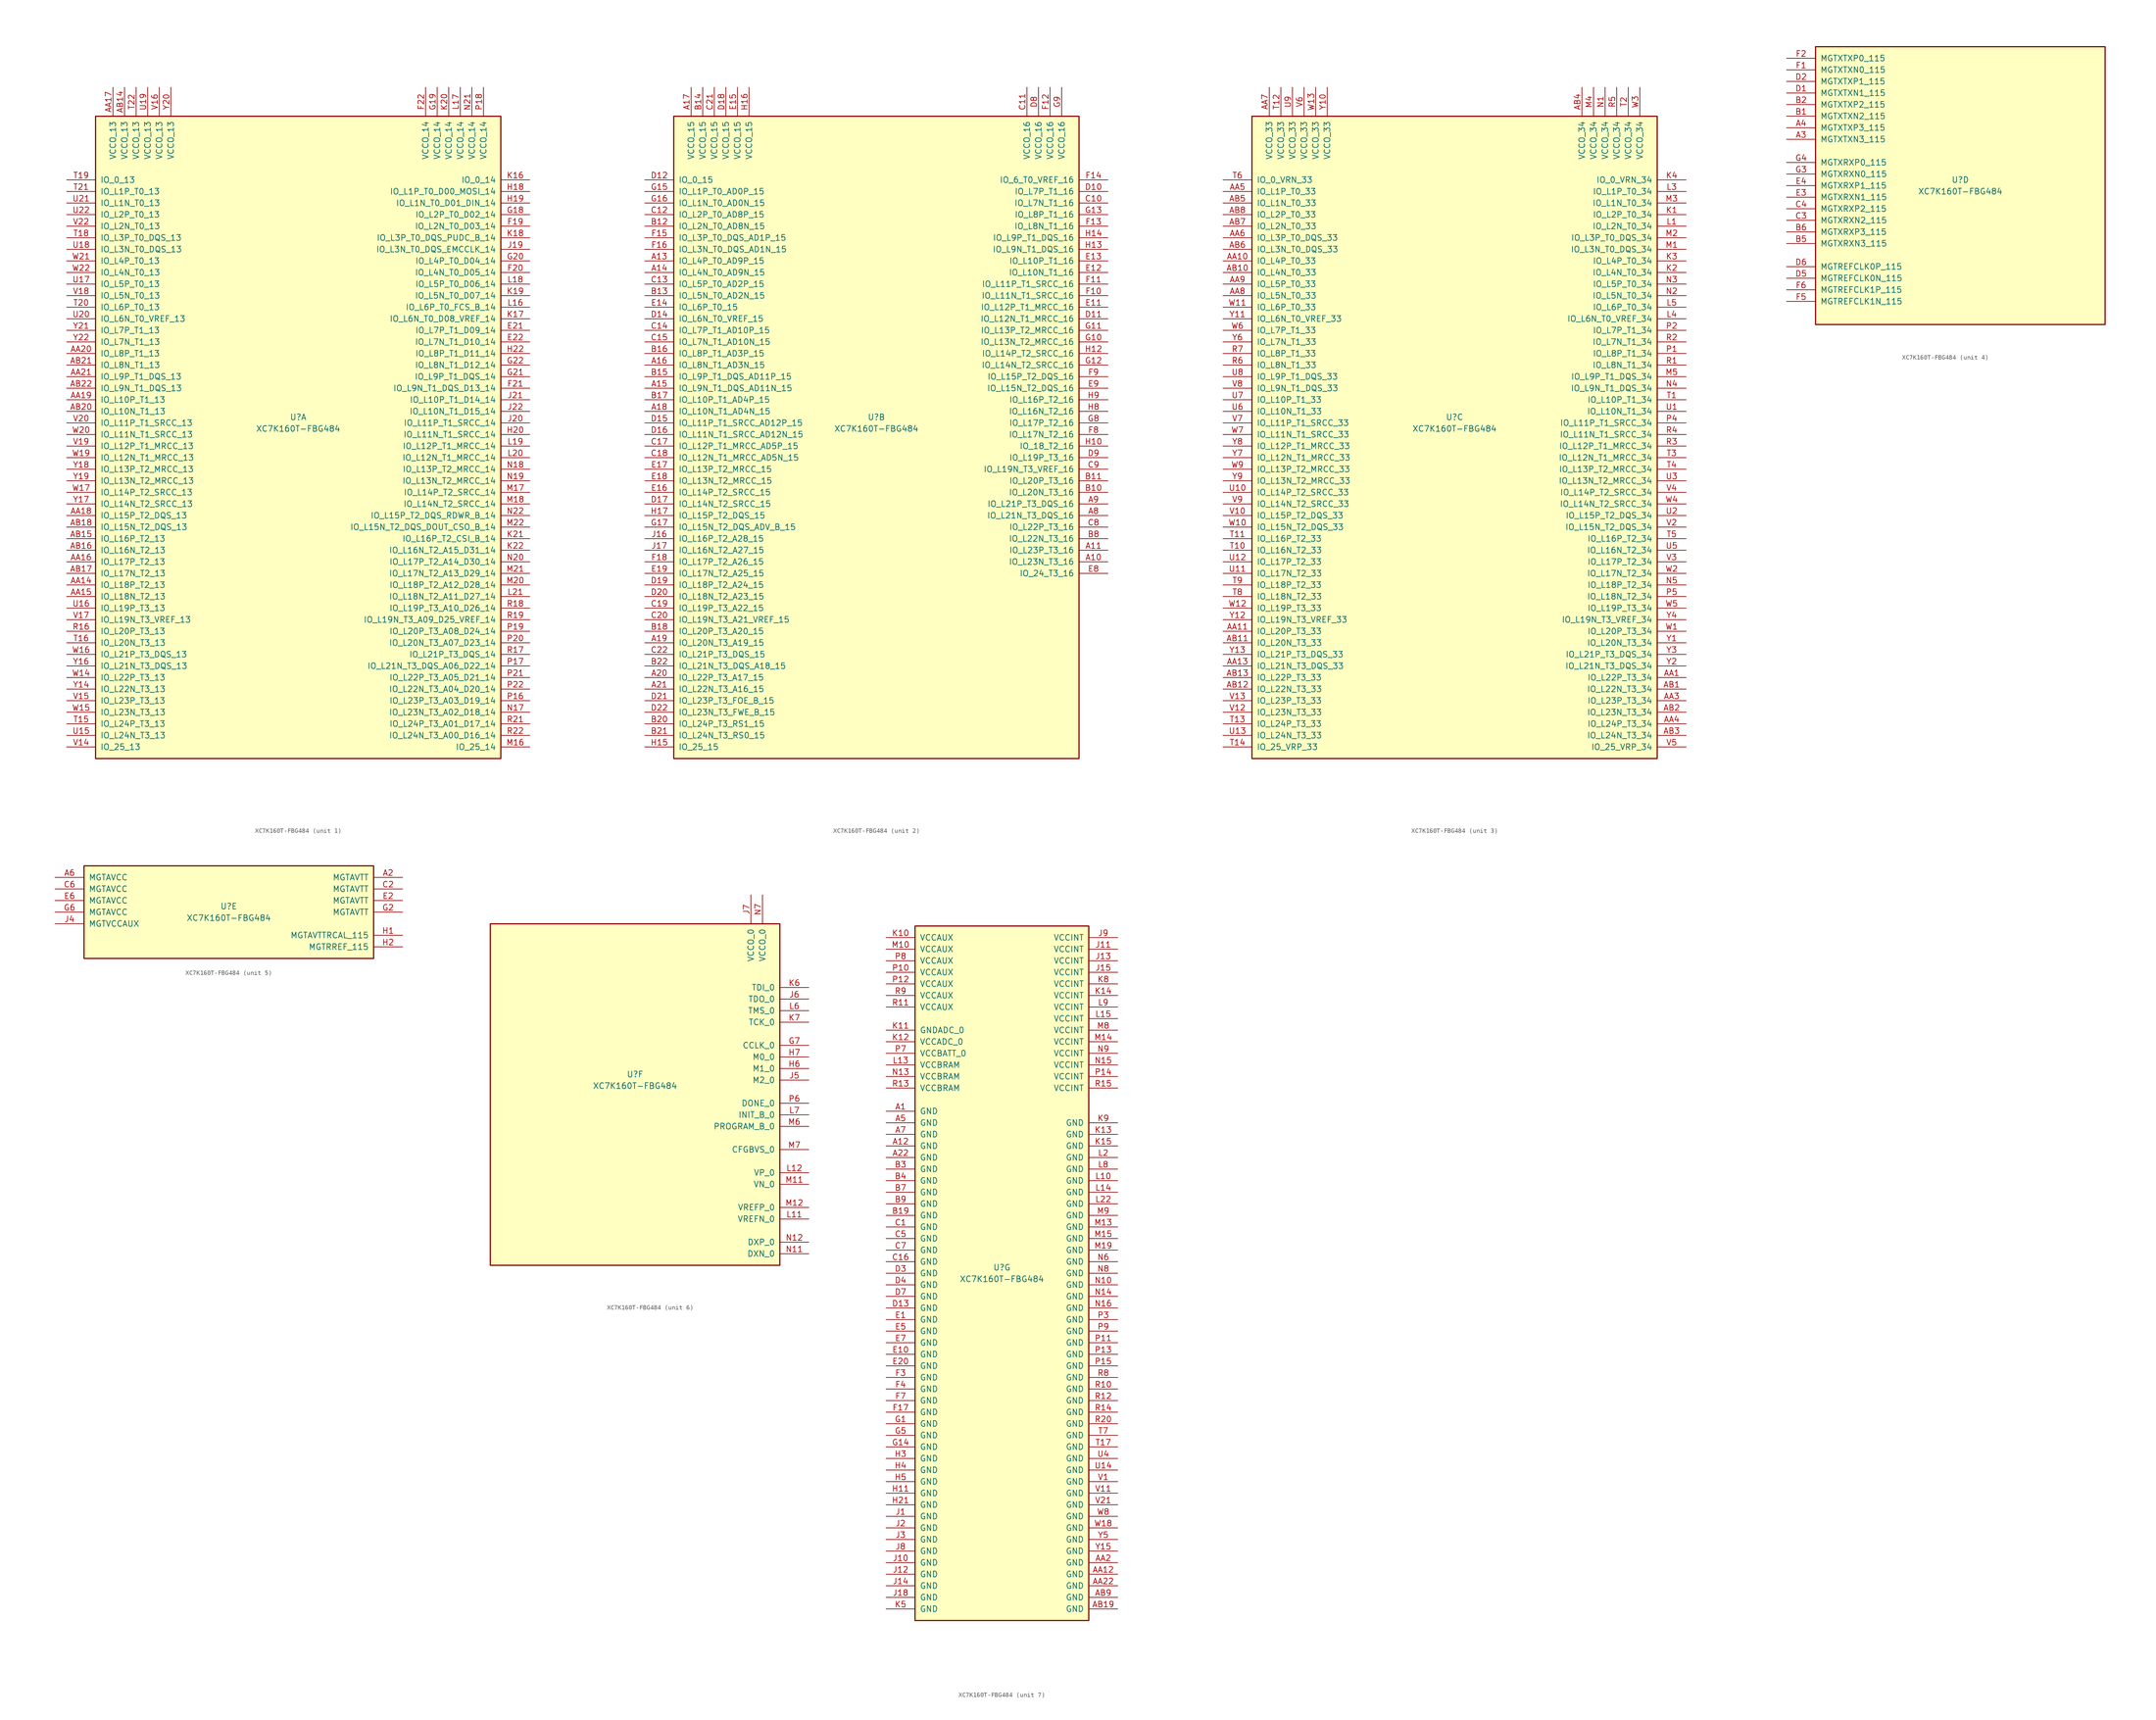
<source format=kicad_sym>
(kicad_symbol_lib
  (version 20201005)
  (generator kicad_symbol_editor)
  (symbol "XC7K160T-FBG484"
    (pin_names
      (offset 1.016))
    (property "Reference" "U"
      (at 0 1.27 0)
      (effects (font (size 1.27 1.27))))
    (property "Value" "XC7K160T-FBG484"
      (at 0 -1.27 0)
      (effects (font (size 1.27 1.27))))
    (property "Datasheet" ""
      (at 0 0 0)
      (effects (font (size 1.27 1.27))))
    (property "ki_locked" ""
      (at 0 0 0)
      (effects (font (size 1.27 1.27))))
    (symbol "XC7K160T-FBG484_1_1"
      (rectangle (start -44.45 67.31) (end 44.45 -73.66) (stroke (width 0.254)) (fill (type background)))
      (pin power_in line (at -40.64 73.66 270) (length 6.35) (name "VCCO_13" (effects (font (size 1.27 1.27)))) (number "AA17" (effects (font (size 1.27 1.27)))))
      (pin power_in line (at -38.1 73.66 270) (length 6.35) (name "VCCO_13" (effects (font (size 1.27 1.27)))) (number "AB14" (effects (font (size 1.27 1.27)))))
      (pin power_in line (at -35.56 73.66 270) (length 6.35) (name "VCCO_13" (effects (font (size 1.27 1.27)))) (number "T22" (effects (font (size 1.27 1.27)))))
      (pin power_in line (at -33.02 73.66 270) (length 6.35) (name "VCCO_13" (effects (font (size 1.27 1.27)))) (number "U19" (effects (font (size 1.27 1.27)))))
      (pin power_in line (at -30.48 73.66 270) (length 6.35) (name "VCCO_13" (effects (font (size 1.27 1.27)))) (number "V16" (effects (font (size 1.27 1.27)))))
      (pin power_in line (at -27.94 73.66 270) (length 6.35) (name "VCCO_13" (effects (font (size 1.27 1.27)))) (number "Y20" (effects (font (size 1.27 1.27)))))
      (pin bidirectional line (at -50.8 53.34 0) (length 6.35) (name "IO_0_13" (effects (font (size 1.27 1.27)))) (number "T19" (effects (font (size 1.27 1.27)))))
      (pin bidirectional line (at -50.8 50.8 0) (length 6.35) (name "IO_L1P_T0_13" (effects (font (size 1.27 1.27)))) (number "T21" (effects (font (size 1.27 1.27)))))
      (pin bidirectional line (at -50.8 48.26 0) (length 6.35) (name "IO_L1N_T0_13" (effects (font (size 1.27 1.27)))) (number "U21" (effects (font (size 1.27 1.27)))))
      (pin bidirectional line (at -50.8 45.72 0) (length 6.35) (name "IO_L2P_T0_13" (effects (font (size 1.27 1.27)))) (number "U22" (effects (font (size 1.27 1.27)))))
      (pin bidirectional line (at -50.8 43.18 0) (length 6.35) (name "IO_L2N_T0_13" (effects (font (size 1.27 1.27)))) (number "V22" (effects (font (size 1.27 1.27)))))
      (pin bidirectional line (at -50.8 40.64 0) (length 6.35) (name "IO_L3P_T0_DQS_13" (effects (font (size 1.27 1.27)))) (number "T18" (effects (font (size 1.27 1.27)))))
      (pin bidirectional line (at -50.8 38.1 0) (length 6.35) (name "IO_L3N_T0_DQS_13" (effects (font (size 1.27 1.27)))) (number "U18" (effects (font (size 1.27 1.27)))))
      (pin bidirectional line (at -50.8 35.56 0) (length 6.35) (name "IO_L4P_T0_13" (effects (font (size 1.27 1.27)))) (number "W21" (effects (font (size 1.27 1.27)))))
      (pin bidirectional line (at -50.8 33.02 0) (length 6.35) (name "IO_L4N_T0_13" (effects (font (size 1.27 1.27)))) (number "W22" (effects (font (size 1.27 1.27)))))
      (pin bidirectional line (at -50.8 30.48 0) (length 6.35) (name "IO_L5P_T0_13" (effects (font (size 1.27 1.27)))) (number "U17" (effects (font (size 1.27 1.27)))))
      (pin bidirectional line (at -50.8 27.94 0) (length 6.35) (name "IO_L5N_T0_13" (effects (font (size 1.27 1.27)))) (number "V18" (effects (font (size 1.27 1.27)))))
      (pin bidirectional line (at -50.8 25.4 0) (length 6.35) (name "IO_L6P_T0_13" (effects (font (size 1.27 1.27)))) (number "T20" (effects (font (size 1.27 1.27)))))
      (pin bidirectional line (at -50.8 22.86 0) (length 6.35) (name "IO_L6N_T0_VREF_13" (effects (font (size 1.27 1.27)))) (number "U20" (effects (font (size 1.27 1.27)))))
      (pin bidirectional line (at -50.8 20.32 0) (length 6.35) (name "IO_L7P_T1_13" (effects (font (size 1.27 1.27)))) (number "Y21" (effects (font (size 1.27 1.27)))))
      (pin bidirectional line (at -50.8 17.78 0) (length 6.35) (name "IO_L7N_T1_13" (effects (font (size 1.27 1.27)))) (number "Y22" (effects (font (size 1.27 1.27)))))
      (pin bidirectional line (at -50.8 15.24 0) (length 6.35) (name "IO_L8P_T1_13" (effects (font (size 1.27 1.27)))) (number "AA20" (effects (font (size 1.27 1.27)))))
      (pin bidirectional line (at -50.8 12.7 0) (length 6.35) (name "IO_L8N_T1_13" (effects (font (size 1.27 1.27)))) (number "AB21" (effects (font (size 1.27 1.27)))))
      (pin bidirectional line (at -50.8 10.16 0) (length 6.35) (name "IO_L9P_T1_DQS_13" (effects (font (size 1.27 1.27)))) (number "AA21" (effects (font (size 1.27 1.27)))))
      (pin bidirectional line (at -50.8 7.62 0) (length 6.35) (name "IO_L9N_T1_DQS_13" (effects (font (size 1.27 1.27)))) (number "AB22" (effects (font (size 1.27 1.27)))))
      (pin bidirectional line (at -50.8 5.08 0) (length 6.35) (name "IO_L10P_T1_13" (effects (font (size 1.27 1.27)))) (number "AA19" (effects (font (size 1.27 1.27)))))
      (pin bidirectional line (at -50.8 2.54 0) (length 6.35) (name "IO_L10N_T1_13" (effects (font (size 1.27 1.27)))) (number "AB20" (effects (font (size 1.27 1.27)))))
      (pin bidirectional line (at -50.8 0 0) (length 6.35) (name "IO_L11P_T1_SRCC_13" (effects (font (size 1.27 1.27)))) (number "V20" (effects (font (size 1.27 1.27)))))
      (pin bidirectional line (at -50.8 -2.54 0) (length 6.35) (name "IO_L11N_T1_SRCC_13" (effects (font (size 1.27 1.27)))) (number "W20" (effects (font (size 1.27 1.27)))))
      (pin bidirectional line (at -50.8 -5.08 0) (length 6.35) (name "IO_L12P_T1_MRCC_13" (effects (font (size 1.27 1.27)))) (number "V19" (effects (font (size 1.27 1.27)))))
      (pin bidirectional line (at -50.8 -7.62 0) (length 6.35) (name "IO_L12N_T1_MRCC_13" (effects (font (size 1.27 1.27)))) (number "W19" (effects (font (size 1.27 1.27)))))
      (pin bidirectional line (at -50.8 -10.16 0) (length 6.35) (name "IO_L13P_T2_MRCC_13" (effects (font (size 1.27 1.27)))) (number "Y18" (effects (font (size 1.27 1.27)))))
      (pin bidirectional line (at -50.8 -12.7 0) (length 6.35) (name "IO_L13N_T2_MRCC_13" (effects (font (size 1.27 1.27)))) (number "Y19" (effects (font (size 1.27 1.27)))))
      (pin bidirectional line (at -50.8 -15.24 0) (length 6.35) (name "IO_L14P_T2_SRCC_13" (effects (font (size 1.27 1.27)))) (number "W17" (effects (font (size 1.27 1.27)))))
      (pin bidirectional line (at -50.8 -17.78 0) (length 6.35) (name "IO_L14N_T2_SRCC_13" (effects (font (size 1.27 1.27)))) (number "Y17" (effects (font (size 1.27 1.27)))))
      (pin bidirectional line (at -50.8 -20.32 0) (length 6.35) (name "IO_L15P_T2_DQS_13" (effects (font (size 1.27 1.27)))) (number "AA18" (effects (font (size 1.27 1.27)))))
      (pin bidirectional line (at -50.8 -22.86 0) (length 6.35) (name "IO_L15N_T2_DQS_13" (effects (font (size 1.27 1.27)))) (number "AB18" (effects (font (size 1.27 1.27)))))
      (pin bidirectional line (at -50.8 -25.4 0) (length 6.35) (name "IO_L16P_T2_13" (effects (font (size 1.27 1.27)))) (number "AB15" (effects (font (size 1.27 1.27)))))
      (pin bidirectional line (at -50.8 -27.94 0) (length 6.35) (name "IO_L16N_T2_13" (effects (font (size 1.27 1.27)))) (number "AB16" (effects (font (size 1.27 1.27)))))
      (pin bidirectional line (at -50.8 -30.48 0) (length 6.35) (name "IO_L17P_T2_13" (effects (font (size 1.27 1.27)))) (number "AA16" (effects (font (size 1.27 1.27)))))
      (pin bidirectional line (at -50.8 -33.02 0) (length 6.35) (name "IO_L17N_T2_13" (effects (font (size 1.27 1.27)))) (number "AB17" (effects (font (size 1.27 1.27)))))
      (pin bidirectional line (at -50.8 -35.56 0) (length 6.35) (name "IO_L18P_T2_13" (effects (font (size 1.27 1.27)))) (number "AA14" (effects (font (size 1.27 1.27)))))
      (pin bidirectional line (at -50.8 -38.1 0) (length 6.35) (name "IO_L18N_T2_13" (effects (font (size 1.27 1.27)))) (number "AA15" (effects (font (size 1.27 1.27)))))
      (pin bidirectional line (at -50.8 -40.64 0) (length 6.35) (name "IO_L19P_T3_13" (effects (font (size 1.27 1.27)))) (number "U16" (effects (font (size 1.27 1.27)))))
      (pin bidirectional line (at -50.8 -43.18 0) (length 6.35) (name "IO_L19N_T3_VREF_13" (effects (font (size 1.27 1.27)))) (number "V17" (effects (font (size 1.27 1.27)))))
      (pin bidirectional line (at -50.8 -45.72 0) (length 6.35) (name "IO_L20P_T3_13" (effects (font (size 1.27 1.27)))) (number "R16" (effects (font (size 1.27 1.27)))))
      (pin bidirectional line (at -50.8 -48.26 0) (length 6.35) (name "IO_L20N_T3_13" (effects (font (size 1.27 1.27)))) (number "T16" (effects (font (size 1.27 1.27)))))
      (pin bidirectional line (at -50.8 -50.8 0) (length 6.35) (name "IO_L21P_T3_DQS_13" (effects (font (size 1.27 1.27)))) (number "W16" (effects (font (size 1.27 1.27)))))
      (pin bidirectional line (at -50.8 -53.34 0) (length 6.35) (name "IO_L21N_T3_DQS_13" (effects (font (size 1.27 1.27)))) (number "Y16" (effects (font (size 1.27 1.27)))))
      (pin bidirectional line (at -50.8 -55.88 0) (length 6.35) (name "IO_L22P_T3_13" (effects (font (size 1.27 1.27)))) (number "W14" (effects (font (size 1.27 1.27)))))
      (pin bidirectional line (at -50.8 -58.42 0) (length 6.35) (name "IO_L22N_T3_13" (effects (font (size 1.27 1.27)))) (number "Y14" (effects (font (size 1.27 1.27)))))
      (pin bidirectional line (at -50.8 -60.96 0) (length 6.35) (name "IO_L23P_T3_13" (effects (font (size 1.27 1.27)))) (number "V15" (effects (font (size 1.27 1.27)))))
      (pin bidirectional line (at -50.8 -63.5 0) (length 6.35) (name "IO_L23N_T3_13" (effects (font (size 1.27 1.27)))) (number "W15" (effects (font (size 1.27 1.27)))))
      (pin bidirectional line (at -50.8 -66.04 0) (length 6.35) (name "IO_L24P_T3_13" (effects (font (size 1.27 1.27)))) (number "T15" (effects (font (size 1.27 1.27)))))
      (pin bidirectional line (at -50.8 -68.58 0) (length 6.35) (name "IO_L24N_T3_13" (effects (font (size 1.27 1.27)))) (number "U15" (effects (font (size 1.27 1.27)))))
      (pin bidirectional line (at -50.8 -71.12 0) (length 6.35) (name "IO_25_13" (effects (font (size 1.27 1.27)))) (number "V14" (effects (font (size 1.27 1.27)))))
      (pin power_in line (at 27.94 73.66 270) (length 6.35) (name "VCCO_14" (effects (font (size 1.27 1.27)))) (number "F22" (effects (font (size 1.27 1.27)))))
      (pin power_in line (at 30.48 73.66 270) (length 6.35) (name "VCCO_14" (effects (font (size 1.27 1.27)))) (number "G19" (effects (font (size 1.27 1.27)))))
      (pin power_in line (at 33.02 73.66 270) (length 6.35) (name "VCCO_14" (effects (font (size 1.27 1.27)))) (number "K20" (effects (font (size 1.27 1.27)))))
      (pin power_in line (at 35.56 73.66 270) (length 6.35) (name "VCCO_14" (effects (font (size 1.27 1.27)))) (number "L17" (effects (font (size 1.27 1.27)))))
      (pin power_in line (at 38.1 73.66 270) (length 6.35) (name "VCCO_14" (effects (font (size 1.27 1.27)))) (number "N21" (effects (font (size 1.27 1.27)))))
      (pin power_in line (at 40.64 73.66 270) (length 6.35) (name "VCCO_14" (effects (font (size 1.27 1.27)))) (number "P18" (effects (font (size 1.27 1.27)))))
      (pin bidirectional line (at 50.8 53.34 180) (length 6.35) (name "IO_0_14" (effects (font (size 1.27 1.27)))) (number "K16" (effects (font (size 1.27 1.27)))))
      (pin bidirectional line (at 50.8 50.8 180) (length 6.35) (name "IO_L1P_T0_D00_MOSI_14" (effects (font (size 1.27 1.27)))) (number "H18" (effects (font (size 1.27 1.27)))))
      (pin bidirectional line (at 50.8 48.26 180) (length 6.35) (name "IO_L1N_T0_D01_DIN_14" (effects (font (size 1.27 1.27)))) (number "H19" (effects (font (size 1.27 1.27)))))
      (pin bidirectional line (at 50.8 45.72 180) (length 6.35) (name "IO_L2P_T0_D02_14" (effects (font (size 1.27 1.27)))) (number "G18" (effects (font (size 1.27 1.27)))))
      (pin bidirectional line (at 50.8 43.18 180) (length 6.35) (name "IO_L2N_T0_D03_14" (effects (font (size 1.27 1.27)))) (number "F19" (effects (font (size 1.27 1.27)))))
      (pin bidirectional line (at 50.8 40.64 180) (length 6.35) (name "IO_L3P_T0_DQS_PUDC_B_14" (effects (font (size 1.27 1.27)))) (number "K18" (effects (font (size 1.27 1.27)))))
      (pin bidirectional line (at 50.8 38.1 180) (length 6.35) (name "IO_L3N_T0_DQS_EMCCLK_14" (effects (font (size 1.27 1.27)))) (number "J19" (effects (font (size 1.27 1.27)))))
      (pin bidirectional line (at 50.8 35.56 180) (length 6.35) (name "IO_L4P_T0_D04_14" (effects (font (size 1.27 1.27)))) (number "G20" (effects (font (size 1.27 1.27)))))
      (pin bidirectional line (at 50.8 33.02 180) (length 6.35) (name "IO_L4N_T0_D05_14" (effects (font (size 1.27 1.27)))) (number "F20" (effects (font (size 1.27 1.27)))))
      (pin bidirectional line (at 50.8 30.48 180) (length 6.35) (name "IO_L5P_T0_D06_14" (effects (font (size 1.27 1.27)))) (number "L18" (effects (font (size 1.27 1.27)))))
      (pin bidirectional line (at 50.8 27.94 180) (length 6.35) (name "IO_L5N_T0_D07_14" (effects (font (size 1.27 1.27)))) (number "K19" (effects (font (size 1.27 1.27)))))
      (pin bidirectional line (at 50.8 25.4 180) (length 6.35) (name "IO_L6P_T0_FCS_B_14" (effects (font (size 1.27 1.27)))) (number "L16" (effects (font (size 1.27 1.27)))))
      (pin bidirectional line (at 50.8 22.86 180) (length 6.35) (name "IO_L6N_T0_D08_VREF_14" (effects (font (size 1.27 1.27)))) (number "K17" (effects (font (size 1.27 1.27)))))
      (pin bidirectional line (at 50.8 20.32 180) (length 6.35) (name "IO_L7P_T1_D09_14" (effects (font (size 1.27 1.27)))) (number "E21" (effects (font (size 1.27 1.27)))))
      (pin bidirectional line (at 50.8 17.78 180) (length 6.35) (name "IO_L7N_T1_D10_14" (effects (font (size 1.27 1.27)))) (number "E22" (effects (font (size 1.27 1.27)))))
      (pin bidirectional line (at 50.8 15.24 180) (length 6.35) (name "IO_L8P_T1_D11_14" (effects (font (size 1.27 1.27)))) (number "H22" (effects (font (size 1.27 1.27)))))
      (pin bidirectional line (at 50.8 12.7 180) (length 6.35) (name "IO_L8N_T1_D12_14" (effects (font (size 1.27 1.27)))) (number "G22" (effects (font (size 1.27 1.27)))))
      (pin bidirectional line (at 50.8 10.16 180) (length 6.35) (name "IO_L9P_T1_DQS_14" (effects (font (size 1.27 1.27)))) (number "G21" (effects (font (size 1.27 1.27)))))
      (pin bidirectional line (at 50.8 7.62 180) (length 6.35) (name "IO_L9N_T1_DQS_D13_14" (effects (font (size 1.27 1.27)))) (number "F21" (effects (font (size 1.27 1.27)))))
      (pin bidirectional line (at 50.8 5.08 180) (length 6.35) (name "IO_L10P_T1_D14_14" (effects (font (size 1.27 1.27)))) (number "J21" (effects (font (size 1.27 1.27)))))
      (pin bidirectional line (at 50.8 2.54 180) (length 6.35) (name "IO_L10N_T1_D15_14" (effects (font (size 1.27 1.27)))) (number "J22" (effects (font (size 1.27 1.27)))))
      (pin bidirectional line (at 50.8 0 180) (length 6.35) (name "IO_L11P_T1_SRCC_14" (effects (font (size 1.27 1.27)))) (number "J20" (effects (font (size 1.27 1.27)))))
      (pin bidirectional line (at 50.8 -2.54 180) (length 6.35) (name "IO_L11N_T1_SRCC_14" (effects (font (size 1.27 1.27)))) (number "H20" (effects (font (size 1.27 1.27)))))
      (pin bidirectional line (at 50.8 -5.08 180) (length 6.35) (name "IO_L12P_T1_MRCC_14" (effects (font (size 1.27 1.27)))) (number "L19" (effects (font (size 1.27 1.27)))))
      (pin bidirectional line (at 50.8 -7.62 180) (length 6.35) (name "IO_L12N_T1_MRCC_14" (effects (font (size 1.27 1.27)))) (number "L20" (effects (font (size 1.27 1.27)))))
      (pin bidirectional line (at 50.8 -10.16 180) (length 6.35) (name "IO_L13P_T2_MRCC_14" (effects (font (size 1.27 1.27)))) (number "N18" (effects (font (size 1.27 1.27)))))
      (pin bidirectional line (at 50.8 -12.7 180) (length 6.35) (name "IO_L13N_T2_MRCC_14" (effects (font (size 1.27 1.27)))) (number "N19" (effects (font (size 1.27 1.27)))))
      (pin bidirectional line (at 50.8 -15.24 180) (length 6.35) (name "IO_L14P_T2_SRCC_14" (effects (font (size 1.27 1.27)))) (number "M17" (effects (font (size 1.27 1.27)))))
      (pin bidirectional line (at 50.8 -17.78 180) (length 6.35) (name "IO_L14N_T2_SRCC_14" (effects (font (size 1.27 1.27)))) (number "M18" (effects (font (size 1.27 1.27)))))
      (pin bidirectional line (at 50.8 -20.32 180) (length 6.35) (name "IO_L15P_T2_DQS_RDWR_B_14" (effects (font (size 1.27 1.27)))) (number "N22" (effects (font (size 1.27 1.27)))))
      (pin bidirectional line (at 50.8 -22.86 180) (length 6.35) (name "IO_L15N_T2_DQS_DOUT_CSO_B_14" (effects (font (size 1.27 1.27)))) (number "M22" (effects (font (size 1.27 1.27)))))
      (pin bidirectional line (at 50.8 -25.4 180) (length 6.35) (name "IO_L16P_T2_CSI_B_14" (effects (font (size 1.27 1.27)))) (number "K21" (effects (font (size 1.27 1.27)))))
      (pin bidirectional line (at 50.8 -27.94 180) (length 6.35) (name "IO_L16N_T2_A15_D31_14" (effects (font (size 1.27 1.27)))) (number "K22" (effects (font (size 1.27 1.27)))))
      (pin bidirectional line (at 50.8 -30.48 180) (length 6.35) (name "IO_L17P_T2_A14_D30_14" (effects (font (size 1.27 1.27)))) (number "N20" (effects (font (size 1.27 1.27)))))
      (pin bidirectional line (at 50.8 -33.02 180) (length 6.35) (name "IO_L17N_T2_A13_D29_14" (effects (font (size 1.27 1.27)))) (number "M21" (effects (font (size 1.27 1.27)))))
      (pin bidirectional line (at 50.8 -35.56 180) (length 6.35) (name "IO_L18P_T2_A12_D28_14" (effects (font (size 1.27 1.27)))) (number "M20" (effects (font (size 1.27 1.27)))))
      (pin bidirectional line (at 50.8 -38.1 180) (length 6.35) (name "IO_L18N_T2_A11_D27_14" (effects (font (size 1.27 1.27)))) (number "L21" (effects (font (size 1.27 1.27)))))
      (pin bidirectional line (at 50.8 -40.64 180) (length 6.35) (name "IO_L19P_T3_A10_D26_14" (effects (font (size 1.27 1.27)))) (number "R18" (effects (font (size 1.27 1.27)))))
      (pin bidirectional line (at 50.8 -43.18 180) (length 6.35) (name "IO_L19N_T3_A09_D25_VREF_14" (effects (font (size 1.27 1.27)))) (number "R19" (effects (font (size 1.27 1.27)))))
      (pin bidirectional line (at 50.8 -45.72 180) (length 6.35) (name "IO_L20P_T3_A08_D24_14" (effects (font (size 1.27 1.27)))) (number "P19" (effects (font (size 1.27 1.27)))))
      (pin bidirectional line (at 50.8 -48.26 180) (length 6.35) (name "IO_L20N_T3_A07_D23_14" (effects (font (size 1.27 1.27)))) (number "P20" (effects (font (size 1.27 1.27)))))
      (pin bidirectional line (at 50.8 -50.8 180) (length 6.35) (name "IO_L21P_T3_DQS_14" (effects (font (size 1.27 1.27)))) (number "R17" (effects (font (size 1.27 1.27)))))
      (pin bidirectional line (at 50.8 -53.34 180) (length 6.35) (name "IO_L21N_T3_DQS_A06_D22_14" (effects (font (size 1.27 1.27)))) (number "P17" (effects (font (size 1.27 1.27)))))
      (pin bidirectional line (at 50.8 -55.88 180) (length 6.35) (name "IO_L22P_T3_A05_D21_14" (effects (font (size 1.27 1.27)))) (number "P21" (effects (font (size 1.27 1.27)))))
      (pin bidirectional line (at 50.8 -58.42 180) (length 6.35) (name "IO_L22N_T3_A04_D20_14" (effects (font (size 1.27 1.27)))) (number "P22" (effects (font (size 1.27 1.27)))))
      (pin bidirectional line (at 50.8 -60.96 180) (length 6.35) (name "IO_L23P_T3_A03_D19_14" (effects (font (size 1.27 1.27)))) (number "P16" (effects (font (size 1.27 1.27)))))
      (pin bidirectional line (at 50.8 -63.5 180) (length 6.35) (name "IO_L23N_T3_A02_D18_14" (effects (font (size 1.27 1.27)))) (number "N17" (effects (font (size 1.27 1.27)))))
      (pin bidirectional line (at 50.8 -66.04 180) (length 6.35) (name "IO_L24P_T3_A01_D17_14" (effects (font (size 1.27 1.27)))) (number "R21" (effects (font (size 1.27 1.27)))))
      (pin bidirectional line (at 50.8 -68.58 180) (length 6.35) (name "IO_L24N_T3_A00_D16_14" (effects (font (size 1.27 1.27)))) (number "R22" (effects (font (size 1.27 1.27)))))
      (pin bidirectional line (at 50.8 -71.12 180) (length 6.35) (name "IO_25_14" (effects (font (size 1.27 1.27)))) (number "M16" (effects (font (size 1.27 1.27))))))
    (symbol "XC7K160T-FBG484_2_1"
      (rectangle (start -44.45 67.31) (end 44.45 -73.66) (stroke (width 0.254)) (fill (type background)))
      (pin power_in line (at -40.64 73.66 270) (length 6.35) (name "VCCO_15" (effects (font (size 1.27 1.27)))) (number "A17" (effects (font (size 1.27 1.27)))))
      (pin power_in line (at -38.1 73.66 270) (length 6.35) (name "VCCO_15" (effects (font (size 1.27 1.27)))) (number "B14" (effects (font (size 1.27 1.27)))))
      (pin power_in line (at -35.56 73.66 270) (length 6.35) (name "VCCO_15" (effects (font (size 1.27 1.27)))) (number "C21" (effects (font (size 1.27 1.27)))))
      (pin power_in line (at -33.02 73.66 270) (length 6.35) (name "VCCO_15" (effects (font (size 1.27 1.27)))) (number "D18" (effects (font (size 1.27 1.27)))))
      (pin power_in line (at -30.48 73.66 270) (length 6.35) (name "VCCO_15" (effects (font (size 1.27 1.27)))) (number "E15" (effects (font (size 1.27 1.27)))))
      (pin power_in line (at -27.94 73.66 270) (length 6.35) (name "VCCO_15" (effects (font (size 1.27 1.27)))) (number "H16" (effects (font (size 1.27 1.27)))))
      (pin bidirectional line (at -50.8 53.34 0) (length 6.35) (name "IO_0_15" (effects (font (size 1.27 1.27)))) (number "D12" (effects (font (size 1.27 1.27)))))
      (pin bidirectional line (at -50.8 50.8 0) (length 6.35) (name "IO_L1P_T0_AD0P_15" (effects (font (size 1.27 1.27)))) (number "G15" (effects (font (size 1.27 1.27)))))
      (pin bidirectional line (at -50.8 48.26 0) (length 6.35) (name "IO_L1N_T0_AD0N_15" (effects (font (size 1.27 1.27)))) (number "G16" (effects (font (size 1.27 1.27)))))
      (pin bidirectional line (at -50.8 45.72 0) (length 6.35) (name "IO_L2P_T0_AD8P_15" (effects (font (size 1.27 1.27)))) (number "C12" (effects (font (size 1.27 1.27)))))
      (pin bidirectional line (at -50.8 43.18 0) (length 6.35) (name "IO_L2N_T0_AD8N_15" (effects (font (size 1.27 1.27)))) (number "B12" (effects (font (size 1.27 1.27)))))
      (pin bidirectional line (at -50.8 40.64 0) (length 6.35) (name "IO_L3P_T0_DQS_AD1P_15" (effects (font (size 1.27 1.27)))) (number "F15" (effects (font (size 1.27 1.27)))))
      (pin bidirectional line (at -50.8 38.1 0) (length 6.35) (name "IO_L3N_T0_DQS_AD1N_15" (effects (font (size 1.27 1.27)))) (number "F16" (effects (font (size 1.27 1.27)))))
      (pin bidirectional line (at -50.8 35.56 0) (length 6.35) (name "IO_L4P_T0_AD9P_15" (effects (font (size 1.27 1.27)))) (number "A13" (effects (font (size 1.27 1.27)))))
      (pin bidirectional line (at -50.8 33.02 0) (length 6.35) (name "IO_L4N_T0_AD9N_15" (effects (font (size 1.27 1.27)))) (number "A14" (effects (font (size 1.27 1.27)))))
      (pin bidirectional line (at -50.8 30.48 0) (length 6.35) (name "IO_L5P_T0_AD2P_15" (effects (font (size 1.27 1.27)))) (number "C13" (effects (font (size 1.27 1.27)))))
      (pin bidirectional line (at -50.8 27.94 0) (length 6.35) (name "IO_L5N_T0_AD2N_15" (effects (font (size 1.27 1.27)))) (number "B13" (effects (font (size 1.27 1.27)))))
      (pin bidirectional line (at -50.8 25.4 0) (length 6.35) (name "IO_L6P_T0_15" (effects (font (size 1.27 1.27)))) (number "E14" (effects (font (size 1.27 1.27)))))
      (pin bidirectional line (at -50.8 22.86 0) (length 6.35) (name "IO_L6N_T0_VREF_15" (effects (font (size 1.27 1.27)))) (number "D14" (effects (font (size 1.27 1.27)))))
      (pin bidirectional line (at -50.8 20.32 0) (length 6.35) (name "IO_L7P_T1_AD10P_15" (effects (font (size 1.27 1.27)))) (number "C14" (effects (font (size 1.27 1.27)))))
      (pin bidirectional line (at -50.8 17.78 0) (length 6.35) (name "IO_L7N_T1_AD10N_15" (effects (font (size 1.27 1.27)))) (number "C15" (effects (font (size 1.27 1.27)))))
      (pin bidirectional line (at -50.8 15.24 0) (length 6.35) (name "IO_L8P_T1_AD3P_15" (effects (font (size 1.27 1.27)))) (number "B16" (effects (font (size 1.27 1.27)))))
      (pin bidirectional line (at -50.8 12.7 0) (length 6.35) (name "IO_L8N_T1_AD3N_15" (effects (font (size 1.27 1.27)))) (number "A16" (effects (font (size 1.27 1.27)))))
      (pin bidirectional line (at -50.8 10.16 0) (length 6.35) (name "IO_L9P_T1_DQS_AD11P_15" (effects (font (size 1.27 1.27)))) (number "B15" (effects (font (size 1.27 1.27)))))
      (pin bidirectional line (at -50.8 7.62 0) (length 6.35) (name "IO_L9N_T1_DQS_AD11N_15" (effects (font (size 1.27 1.27)))) (number "A15" (effects (font (size 1.27 1.27)))))
      (pin bidirectional line (at -50.8 5.08 0) (length 6.35) (name "IO_L10P_T1_AD4P_15" (effects (font (size 1.27 1.27)))) (number "B17" (effects (font (size 1.27 1.27)))))
      (pin bidirectional line (at -50.8 2.54 0) (length 6.35) (name "IO_L10N_T1_AD4N_15" (effects (font (size 1.27 1.27)))) (number "A18" (effects (font (size 1.27 1.27)))))
      (pin bidirectional line (at -50.8 0 0) (length 6.35) (name "IO_L11P_T1_SRCC_AD12P_15" (effects (font (size 1.27 1.27)))) (number "D15" (effects (font (size 1.27 1.27)))))
      (pin bidirectional line (at -50.8 -2.54 0) (length 6.35) (name "IO_L11N_T1_SRCC_AD12N_15" (effects (font (size 1.27 1.27)))) (number "D16" (effects (font (size 1.27 1.27)))))
      (pin bidirectional line (at -50.8 -5.08 0) (length 6.35) (name "IO_L12P_T1_MRCC_AD5P_15" (effects (font (size 1.27 1.27)))) (number "C17" (effects (font (size 1.27 1.27)))))
      (pin bidirectional line (at -50.8 -7.62 0) (length 6.35) (name "IO_L12N_T1_MRCC_AD5N_15" (effects (font (size 1.27 1.27)))) (number "C18" (effects (font (size 1.27 1.27)))))
      (pin bidirectional line (at -50.8 -10.16 0) (length 6.35) (name "IO_L13P_T2_MRCC_15" (effects (font (size 1.27 1.27)))) (number "E17" (effects (font (size 1.27 1.27)))))
      (pin bidirectional line (at -50.8 -12.7 0) (length 6.35) (name "IO_L13N_T2_MRCC_15" (effects (font (size 1.27 1.27)))) (number "E18" (effects (font (size 1.27 1.27)))))
      (pin bidirectional line (at -50.8 -15.24 0) (length 6.35) (name "IO_L14P_T2_SRCC_15" (effects (font (size 1.27 1.27)))) (number "E16" (effects (font (size 1.27 1.27)))))
      (pin bidirectional line (at -50.8 -17.78 0) (length 6.35) (name "IO_L14N_T2_SRCC_15" (effects (font (size 1.27 1.27)))) (number "D17" (effects (font (size 1.27 1.27)))))
      (pin bidirectional line (at -50.8 -20.32 0) (length 6.35) (name "IO_L15P_T2_DQS_15" (effects (font (size 1.27 1.27)))) (number "H17" (effects (font (size 1.27 1.27)))))
      (pin bidirectional line (at -50.8 -22.86 0) (length 6.35) (name "IO_L15N_T2_DQS_ADV_B_15" (effects (font (size 1.27 1.27)))) (number "G17" (effects (font (size 1.27 1.27)))))
      (pin bidirectional line (at -50.8 -25.4 0) (length 6.35) (name "IO_L16P_T2_A28_15" (effects (font (size 1.27 1.27)))) (number "J16" (effects (font (size 1.27 1.27)))))
      (pin bidirectional line (at -50.8 -27.94 0) (length 6.35) (name "IO_L16N_T2_A27_15" (effects (font (size 1.27 1.27)))) (number "J17" (effects (font (size 1.27 1.27)))))
      (pin bidirectional line (at -50.8 -30.48 0) (length 6.35) (name "IO_L17P_T2_A26_15" (effects (font (size 1.27 1.27)))) (number "F18" (effects (font (size 1.27 1.27)))))
      (pin bidirectional line (at -50.8 -33.02 0) (length 6.35) (name "IO_L17N_T2_A25_15" (effects (font (size 1.27 1.27)))) (number "E19" (effects (font (size 1.27 1.27)))))
      (pin bidirectional line (at -50.8 -35.56 0) (length 6.35) (name "IO_L18P_T2_A24_15" (effects (font (size 1.27 1.27)))) (number "D19" (effects (font (size 1.27 1.27)))))
      (pin bidirectional line (at -50.8 -38.1 0) (length 6.35) (name "IO_L18N_T2_A23_15" (effects (font (size 1.27 1.27)))) (number "D20" (effects (font (size 1.27 1.27)))))
      (pin bidirectional line (at -50.8 -40.64 0) (length 6.35) (name "IO_L19P_T3_A22_15" (effects (font (size 1.27 1.27)))) (number "C19" (effects (font (size 1.27 1.27)))))
      (pin bidirectional line (at -50.8 -43.18 0) (length 6.35) (name "IO_L19N_T3_A21_VREF_15" (effects (font (size 1.27 1.27)))) (number "C20" (effects (font (size 1.27 1.27)))))
      (pin bidirectional line (at -50.8 -45.72 0) (length 6.35) (name "IO_L20P_T3_A20_15" (effects (font (size 1.27 1.27)))) (number "B18" (effects (font (size 1.27 1.27)))))
      (pin bidirectional line (at -50.8 -48.26 0) (length 6.35) (name "IO_L20N_T3_A19_15" (effects (font (size 1.27 1.27)))) (number "A19" (effects (font (size 1.27 1.27)))))
      (pin bidirectional line (at -50.8 -50.8 0) (length 6.35) (name "IO_L21P_T3_DQS_15" (effects (font (size 1.27 1.27)))) (number "C22" (effects (font (size 1.27 1.27)))))
      (pin bidirectional line (at -50.8 -53.34 0) (length 6.35) (name "IO_L21N_T3_DQS_A18_15" (effects (font (size 1.27 1.27)))) (number "B22" (effects (font (size 1.27 1.27)))))
      (pin bidirectional line (at -50.8 -55.88 0) (length 6.35) (name "IO_L22P_T3_A17_15" (effects (font (size 1.27 1.27)))) (number "A20" (effects (font (size 1.27 1.27)))))
      (pin bidirectional line (at -50.8 -58.42 0) (length 6.35) (name "IO_L22N_T3_A16_15" (effects (font (size 1.27 1.27)))) (number "A21" (effects (font (size 1.27 1.27)))))
      (pin bidirectional line (at -50.8 -60.96 0) (length 6.35) (name "IO_L23P_T3_FOE_B_15" (effects (font (size 1.27 1.27)))) (number "D21" (effects (font (size 1.27 1.27)))))
      (pin bidirectional line (at -50.8 -63.5 0) (length 6.35) (name "IO_L23N_T3_FWE_B_15" (effects (font (size 1.27 1.27)))) (number "D22" (effects (font (size 1.27 1.27)))))
      (pin bidirectional line (at -50.8 -66.04 0) (length 6.35) (name "IO_L24P_T3_RS1_15" (effects (font (size 1.27 1.27)))) (number "B20" (effects (font (size 1.27 1.27)))))
      (pin bidirectional line (at -50.8 -68.58 0) (length 6.35) (name "IO_L24N_T3_RS0_15" (effects (font (size 1.27 1.27)))) (number "B21" (effects (font (size 1.27 1.27)))))
      (pin bidirectional line (at -50.8 -71.12 0) (length 6.35) (name "IO_25_15" (effects (font (size 1.27 1.27)))) (number "H15" (effects (font (size 1.27 1.27)))))
      (pin power_in line (at 33.02 73.66 270) (length 6.35) (name "VCCO_16" (effects (font (size 1.27 1.27)))) (number "C11" (effects (font (size 1.27 1.27)))))
      (pin power_in line (at 35.56 73.66 270) (length 6.35) (name "VCCO_16" (effects (font (size 1.27 1.27)))) (number "D8" (effects (font (size 1.27 1.27)))))
      (pin power_in line (at 38.1 73.66 270) (length 6.35) (name "VCCO_16" (effects (font (size 1.27 1.27)))) (number "F12" (effects (font (size 1.27 1.27)))))
      (pin power_in line (at 40.64 73.66 270) (length 6.35) (name "VCCO_16" (effects (font (size 1.27 1.27)))) (number "G9" (effects (font (size 1.27 1.27)))))
      (pin bidirectional line (at 50.8 53.34 180) (length 6.35) (name "IO_6_T0_VREF_16" (effects (font (size 1.27 1.27)))) (number "F14" (effects (font (size 1.27 1.27)))))
      (pin bidirectional line (at 50.8 50.8 180) (length 6.35) (name "IO_L7P_T1_16" (effects (font (size 1.27 1.27)))) (number "D10" (effects (font (size 1.27 1.27)))))
      (pin bidirectional line (at 50.8 48.26 180) (length 6.35) (name "IO_L7N_T1_16" (effects (font (size 1.27 1.27)))) (number "C10" (effects (font (size 1.27 1.27)))))
      (pin bidirectional line (at 50.8 45.72 180) (length 6.35) (name "IO_L8P_T1_16" (effects (font (size 1.27 1.27)))) (number "G13" (effects (font (size 1.27 1.27)))))
      (pin bidirectional line (at 50.8 43.18 180) (length 6.35) (name "IO_L8N_T1_16" (effects (font (size 1.27 1.27)))) (number "F13" (effects (font (size 1.27 1.27)))))
      (pin bidirectional line (at 50.8 40.64 180) (length 6.35) (name "IO_L9P_T1_DQS_16" (effects (font (size 1.27 1.27)))) (number "H14" (effects (font (size 1.27 1.27)))))
      (pin bidirectional line (at 50.8 38.1 180) (length 6.35) (name "IO_L9N_T1_DQS_16" (effects (font (size 1.27 1.27)))) (number "H13" (effects (font (size 1.27 1.27)))))
      (pin bidirectional line (at 50.8 35.56 180) (length 6.35) (name "IO_L10P_T1_16" (effects (font (size 1.27 1.27)))) (number "E13" (effects (font (size 1.27 1.27)))))
      (pin bidirectional line (at 50.8 33.02 180) (length 6.35) (name "IO_L10N_T1_16" (effects (font (size 1.27 1.27)))) (number "E12" (effects (font (size 1.27 1.27)))))
      (pin bidirectional line (at 50.8 30.48 180) (length 6.35) (name "IO_L11P_T1_SRCC_16" (effects (font (size 1.27 1.27)))) (number "F11" (effects (font (size 1.27 1.27)))))
      (pin bidirectional line (at 50.8 27.94 180) (length 6.35) (name "IO_L11N_T1_SRCC_16" (effects (font (size 1.27 1.27)))) (number "F10" (effects (font (size 1.27 1.27)))))
      (pin bidirectional line (at 50.8 25.4 180) (length 6.35) (name "IO_L12P_T1_MRCC_16" (effects (font (size 1.27 1.27)))) (number "E11" (effects (font (size 1.27 1.27)))))
      (pin bidirectional line (at 50.8 22.86 180) (length 6.35) (name "IO_L12N_T1_MRCC_16" (effects (font (size 1.27 1.27)))) (number "D11" (effects (font (size 1.27 1.27)))))
      (pin bidirectional line (at 50.8 20.32 180) (length 6.35) (name "IO_L13P_T2_MRCC_16" (effects (font (size 1.27 1.27)))) (number "G11" (effects (font (size 1.27 1.27)))))
      (pin bidirectional line (at 50.8 17.78 180) (length 6.35) (name "IO_L13N_T2_MRCC_16" (effects (font (size 1.27 1.27)))) (number "G10" (effects (font (size 1.27 1.27)))))
      (pin bidirectional line (at 50.8 15.24 180) (length 6.35) (name "IO_L14P_T2_SRCC_16" (effects (font (size 1.27 1.27)))) (number "H12" (effects (font (size 1.27 1.27)))))
      (pin bidirectional line (at 50.8 12.7 180) (length 6.35) (name "IO_L14N_T2_SRCC_16" (effects (font (size 1.27 1.27)))) (number "G12" (effects (font (size 1.27 1.27)))))
      (pin bidirectional line (at 50.8 10.16 180) (length 6.35) (name "IO_L15P_T2_DQS_16" (effects (font (size 1.27 1.27)))) (number "F9" (effects (font (size 1.27 1.27)))))
      (pin bidirectional line (at 50.8 7.62 180) (length 6.35) (name "IO_L15N_T2_DQS_16" (effects (font (size 1.27 1.27)))) (number "E9" (effects (font (size 1.27 1.27)))))
      (pin bidirectional line (at 50.8 5.08 180) (length 6.35) (name "IO_L16P_T2_16" (effects (font (size 1.27 1.27)))) (number "H9" (effects (font (size 1.27 1.27)))))
      (pin bidirectional line (at 50.8 2.54 180) (length 6.35) (name "IO_L16N_T2_16" (effects (font (size 1.27 1.27)))) (number "H8" (effects (font (size 1.27 1.27)))))
      (pin bidirectional line (at 50.8 0 180) (length 6.35) (name "IO_L17P_T2_16" (effects (font (size 1.27 1.27)))) (number "G8" (effects (font (size 1.27 1.27)))))
      (pin bidirectional line (at 50.8 -2.54 180) (length 6.35) (name "IO_L17N_T2_16" (effects (font (size 1.27 1.27)))) (number "F8" (effects (font (size 1.27 1.27)))))
      (pin bidirectional line (at 50.8 -5.08 180) (length 6.35) (name "IO_18_T2_16" (effects (font (size 1.27 1.27)))) (number "H10" (effects (font (size 1.27 1.27)))))
      (pin bidirectional line (at 50.8 -7.62 180) (length 6.35) (name "IO_L19P_T3_16" (effects (font (size 1.27 1.27)))) (number "D9" (effects (font (size 1.27 1.27)))))
      (pin bidirectional line (at 50.8 -10.16 180) (length 6.35) (name "IO_L19N_T3_VREF_16" (effects (font (size 1.27 1.27)))) (number "C9" (effects (font (size 1.27 1.27)))))
      (pin bidirectional line (at 50.8 -12.7 180) (length 6.35) (name "IO_L20P_T3_16" (effects (font (size 1.27 1.27)))) (number "B11" (effects (font (size 1.27 1.27)))))
      (pin bidirectional line (at 50.8 -15.24 180) (length 6.35) (name "IO_L20N_T3_16" (effects (font (size 1.27 1.27)))) (number "B10" (effects (font (size 1.27 1.27)))))
      (pin bidirectional line (at 50.8 -17.78 180) (length 6.35) (name "IO_L21P_T3_DQS_16" (effects (font (size 1.27 1.27)))) (number "A9" (effects (font (size 1.27 1.27)))))
      (pin bidirectional line (at 50.8 -20.32 180) (length 6.35) (name "IO_L21N_T3_DQS_16" (effects (font (size 1.27 1.27)))) (number "A8" (effects (font (size 1.27 1.27)))))
      (pin bidirectional line (at 50.8 -22.86 180) (length 6.35) (name "IO_L22P_T3_16" (effects (font (size 1.27 1.27)))) (number "C8" (effects (font (size 1.27 1.27)))))
      (pin bidirectional line (at 50.8 -25.4 180) (length 6.35) (name "IO_L22N_T3_16" (effects (font (size 1.27 1.27)))) (number "B8" (effects (font (size 1.27 1.27)))))
      (pin bidirectional line (at 50.8 -27.94 180) (length 6.35) (name "IO_L23P_T3_16" (effects (font (size 1.27 1.27)))) (number "A11" (effects (font (size 1.27 1.27)))))
      (pin bidirectional line (at 50.8 -30.48 180) (length 6.35) (name "IO_L23N_T3_16" (effects (font (size 1.27 1.27)))) (number "A10" (effects (font (size 1.27 1.27)))))
      (pin bidirectional line (at 50.8 -33.02 180) (length 6.35) (name "IO_24_T3_16" (effects (font (size 1.27 1.27)))) (number "E8" (effects (font (size 1.27 1.27))))))
    (symbol "XC7K160T-FBG484_3_1"
      (rectangle (start -44.45 67.31) (end 44.45 -73.66) (stroke (width 0.254)) (fill (type background)))
      (pin power_in line (at -40.64 73.66 270) (length 6.35) (name "VCCO_33" (effects (font (size 1.27 1.27)))) (number "AA7" (effects (font (size 1.27 1.27)))))
      (pin power_in line (at -38.1 73.66 270) (length 6.35) (name "VCCO_33" (effects (font (size 1.27 1.27)))) (number "T12" (effects (font (size 1.27 1.27)))))
      (pin power_in line (at -35.56 73.66 270) (length 6.35) (name "VCCO_33" (effects (font (size 1.27 1.27)))) (number "U9" (effects (font (size 1.27 1.27)))))
      (pin power_in line (at -33.02 73.66 270) (length 6.35) (name "VCCO_33" (effects (font (size 1.27 1.27)))) (number "V6" (effects (font (size 1.27 1.27)))))
      (pin power_in line (at -30.48 73.66 270) (length 6.35) (name "VCCO_33" (effects (font (size 1.27 1.27)))) (number "W13" (effects (font (size 1.27 1.27)))))
      (pin power_in line (at -27.94 73.66 270) (length 6.35) (name "VCCO_33" (effects (font (size 1.27 1.27)))) (number "Y10" (effects (font (size 1.27 1.27)))))
      (pin bidirectional line (at -50.8 53.34 0) (length 6.35) (name "IO_0_VRN_33" (effects (font (size 1.27 1.27)))) (number "T6" (effects (font (size 1.27 1.27)))))
      (pin bidirectional line (at -50.8 50.8 0) (length 6.35) (name "IO_L1P_T0_33" (effects (font (size 1.27 1.27)))) (number "AA5" (effects (font (size 1.27 1.27)))))
      (pin bidirectional line (at -50.8 48.26 0) (length 6.35) (name "IO_L1N_T0_33" (effects (font (size 1.27 1.27)))) (number "AB5" (effects (font (size 1.27 1.27)))))
      (pin bidirectional line (at -50.8 45.72 0) (length 6.35) (name "IO_L2P_T0_33" (effects (font (size 1.27 1.27)))) (number "AB8" (effects (font (size 1.27 1.27)))))
      (pin bidirectional line (at -50.8 43.18 0) (length 6.35) (name "IO_L2N_T0_33" (effects (font (size 1.27 1.27)))) (number "AB7" (effects (font (size 1.27 1.27)))))
      (pin bidirectional line (at -50.8 40.64 0) (length 6.35) (name "IO_L3P_T0_DQS_33" (effects (font (size 1.27 1.27)))) (number "AA6" (effects (font (size 1.27 1.27)))))
      (pin bidirectional line (at -50.8 38.1 0) (length 6.35) (name "IO_L3N_T0_DQS_33" (effects (font (size 1.27 1.27)))) (number "AB6" (effects (font (size 1.27 1.27)))))
      (pin bidirectional line (at -50.8 35.56 0) (length 6.35) (name "IO_L4P_T0_33" (effects (font (size 1.27 1.27)))) (number "AA10" (effects (font (size 1.27 1.27)))))
      (pin bidirectional line (at -50.8 33.02 0) (length 6.35) (name "IO_L4N_T0_33" (effects (font (size 1.27 1.27)))) (number "AB10" (effects (font (size 1.27 1.27)))))
      (pin bidirectional line (at -50.8 30.48 0) (length 6.35) (name "IO_L5P_T0_33" (effects (font (size 1.27 1.27)))) (number "AA9" (effects (font (size 1.27 1.27)))))
      (pin bidirectional line (at -50.8 27.94 0) (length 6.35) (name "IO_L5N_T0_33" (effects (font (size 1.27 1.27)))) (number "AA8" (effects (font (size 1.27 1.27)))))
      (pin bidirectional line (at -50.8 25.4 0) (length 6.35) (name "IO_L6P_T0_33" (effects (font (size 1.27 1.27)))) (number "W11" (effects (font (size 1.27 1.27)))))
      (pin bidirectional line (at -50.8 22.86 0) (length 6.35) (name "IO_L6N_T0_VREF_33" (effects (font (size 1.27 1.27)))) (number "Y11" (effects (font (size 1.27 1.27)))))
      (pin bidirectional line (at -50.8 20.32 0) (length 6.35) (name "IO_L7P_T1_33" (effects (font (size 1.27 1.27)))) (number "W6" (effects (font (size 1.27 1.27)))))
      (pin bidirectional line (at -50.8 17.78 0) (length 6.35) (name "IO_L7N_T1_33" (effects (font (size 1.27 1.27)))) (number "Y6" (effects (font (size 1.27 1.27)))))
      (pin bidirectional line (at -50.8 15.24 0) (length 6.35) (name "IO_L8P_T1_33" (effects (font (size 1.27 1.27)))) (number "R7" (effects (font (size 1.27 1.27)))))
      (pin bidirectional line (at -50.8 12.7 0) (length 6.35) (name "IO_L8N_T1_33" (effects (font (size 1.27 1.27)))) (number "R6" (effects (font (size 1.27 1.27)))))
      (pin bidirectional line (at -50.8 10.16 0) (length 6.35) (name "IO_L9P_T1_DQS_33" (effects (font (size 1.27 1.27)))) (number "U8" (effects (font (size 1.27 1.27)))))
      (pin bidirectional line (at -50.8 7.62 0) (length 6.35) (name "IO_L9N_T1_DQS_33" (effects (font (size 1.27 1.27)))) (number "V8" (effects (font (size 1.27 1.27)))))
      (pin bidirectional line (at -50.8 5.08 0) (length 6.35) (name "IO_L10P_T1_33" (effects (font (size 1.27 1.27)))) (number "U7" (effects (font (size 1.27 1.27)))))
      (pin bidirectional line (at -50.8 2.54 0) (length 6.35) (name "IO_L10N_T1_33" (effects (font (size 1.27 1.27)))) (number "U6" (effects (font (size 1.27 1.27)))))
      (pin bidirectional line (at -50.8 0 0) (length 6.35) (name "IO_L11P_T1_SRCC_33" (effects (font (size 1.27 1.27)))) (number "V7" (effects (font (size 1.27 1.27)))))
      (pin bidirectional line (at -50.8 -2.54 0) (length 6.35) (name "IO_L11N_T1_SRCC_33" (effects (font (size 1.27 1.27)))) (number "W7" (effects (font (size 1.27 1.27)))))
      (pin bidirectional line (at -50.8 -5.08 0) (length 6.35) (name "IO_L12P_T1_MRCC_33" (effects (font (size 1.27 1.27)))) (number "Y8" (effects (font (size 1.27 1.27)))))
      (pin bidirectional line (at -50.8 -7.62 0) (length 6.35) (name "IO_L12N_T1_MRCC_33" (effects (font (size 1.27 1.27)))) (number "Y7" (effects (font (size 1.27 1.27)))))
      (pin bidirectional line (at -50.8 -10.16 0) (length 6.35) (name "IO_L13P_T2_MRCC_33" (effects (font (size 1.27 1.27)))) (number "W9" (effects (font (size 1.27 1.27)))))
      (pin bidirectional line (at -50.8 -12.7 0) (length 6.35) (name "IO_L13N_T2_MRCC_33" (effects (font (size 1.27 1.27)))) (number "Y9" (effects (font (size 1.27 1.27)))))
      (pin bidirectional line (at -50.8 -15.24 0) (length 6.35) (name "IO_L14P_T2_SRCC_33" (effects (font (size 1.27 1.27)))) (number "U10" (effects (font (size 1.27 1.27)))))
      (pin bidirectional line (at -50.8 -17.78 0) (length 6.35) (name "IO_L14N_T2_SRCC_33" (effects (font (size 1.27 1.27)))) (number "V9" (effects (font (size 1.27 1.27)))))
      (pin bidirectional line (at -50.8 -20.32 0) (length 6.35) (name "IO_L15P_T2_DQS_33" (effects (font (size 1.27 1.27)))) (number "V10" (effects (font (size 1.27 1.27)))))
      (pin bidirectional line (at -50.8 -22.86 0) (length 6.35) (name "IO_L15N_T2_DQS_33" (effects (font (size 1.27 1.27)))) (number "W10" (effects (font (size 1.27 1.27)))))
      (pin bidirectional line (at -50.8 -25.4 0) (length 6.35) (name "IO_L16P_T2_33" (effects (font (size 1.27 1.27)))) (number "T11" (effects (font (size 1.27 1.27)))))
      (pin bidirectional line (at -50.8 -27.94 0) (length 6.35) (name "IO_L16N_T2_33" (effects (font (size 1.27 1.27)))) (number "T10" (effects (font (size 1.27 1.27)))))
      (pin bidirectional line (at -50.8 -30.48 0) (length 6.35) (name "IO_L17P_T2_33" (effects (font (size 1.27 1.27)))) (number "U12" (effects (font (size 1.27 1.27)))))
      (pin bidirectional line (at -50.8 -33.02 0) (length 6.35) (name "IO_L17N_T2_33" (effects (font (size 1.27 1.27)))) (number "U11" (effects (font (size 1.27 1.27)))))
      (pin bidirectional line (at -50.8 -35.56 0) (length 6.35) (name "IO_L18P_T2_33" (effects (font (size 1.27 1.27)))) (number "T9" (effects (font (size 1.27 1.27)))))
      (pin bidirectional line (at -50.8 -38.1 0) (length 6.35) (name "IO_L18N_T2_33" (effects (font (size 1.27 1.27)))) (number "T8" (effects (font (size 1.27 1.27)))))
      (pin bidirectional line (at -50.8 -40.64 0) (length 6.35) (name "IO_L19P_T3_33" (effects (font (size 1.27 1.27)))) (number "W12" (effects (font (size 1.27 1.27)))))
      (pin bidirectional line (at -50.8 -43.18 0) (length 6.35) (name "IO_L19N_T3_VREF_33" (effects (font (size 1.27 1.27)))) (number "Y12" (effects (font (size 1.27 1.27)))))
      (pin bidirectional line (at -50.8 -45.72 0) (length 6.35) (name "IO_L20P_T3_33" (effects (font (size 1.27 1.27)))) (number "AA11" (effects (font (size 1.27 1.27)))))
      (pin bidirectional line (at -50.8 -48.26 0) (length 6.35) (name "IO_L20N_T3_33" (effects (font (size 1.27 1.27)))) (number "AB11" (effects (font (size 1.27 1.27)))))
      (pin bidirectional line (at -50.8 -50.8 0) (length 6.35) (name "IO_L21P_T3_DQS_33" (effects (font (size 1.27 1.27)))) (number "Y13" (effects (font (size 1.27 1.27)))))
      (pin bidirectional line (at -50.8 -53.34 0) (length 6.35) (name "IO_L21N_T3_DQS_33" (effects (font (size 1.27 1.27)))) (number "AA13" (effects (font (size 1.27 1.27)))))
      (pin bidirectional line (at -50.8 -55.88 0) (length 6.35) (name "IO_L22P_T3_33" (effects (font (size 1.27 1.27)))) (number "AB13" (effects (font (size 1.27 1.27)))))
      (pin bidirectional line (at -50.8 -58.42 0) (length 6.35) (name "IO_L22N_T3_33" (effects (font (size 1.27 1.27)))) (number "AB12" (effects (font (size 1.27 1.27)))))
      (pin bidirectional line (at -50.8 -60.96 0) (length 6.35) (name "IO_L23P_T3_33" (effects (font (size 1.27 1.27)))) (number "V13" (effects (font (size 1.27 1.27)))))
      (pin bidirectional line (at -50.8 -63.5 0) (length 6.35) (name "IO_L23N_T3_33" (effects (font (size 1.27 1.27)))) (number "V12" (effects (font (size 1.27 1.27)))))
      (pin bidirectional line (at -50.8 -66.04 0) (length 6.35) (name "IO_L24P_T3_33" (effects (font (size 1.27 1.27)))) (number "T13" (effects (font (size 1.27 1.27)))))
      (pin bidirectional line (at -50.8 -68.58 0) (length 6.35) (name "IO_L24N_T3_33" (effects (font (size 1.27 1.27)))) (number "U13" (effects (font (size 1.27 1.27)))))
      (pin bidirectional line (at -50.8 -71.12 0) (length 6.35) (name "IO_25_VRP_33" (effects (font (size 1.27 1.27)))) (number "T14" (effects (font (size 1.27 1.27)))))
      (pin power_in line (at 27.94 73.66 270) (length 6.35) (name "VCCO_34" (effects (font (size 1.27 1.27)))) (number "AB4" (effects (font (size 1.27 1.27)))))
      (pin power_in line (at 30.48 73.66 270) (length 6.35) (name "VCCO_34" (effects (font (size 1.27 1.27)))) (number "M4" (effects (font (size 1.27 1.27)))))
      (pin power_in line (at 33.02 73.66 270) (length 6.35) (name "VCCO_34" (effects (font (size 1.27 1.27)))) (number "N1" (effects (font (size 1.27 1.27)))))
      (pin power_in line (at 35.56 73.66 270) (length 6.35) (name "VCCO_34" (effects (font (size 1.27 1.27)))) (number "R5" (effects (font (size 1.27 1.27)))))
      (pin power_in line (at 38.1 73.66 270) (length 6.35) (name "VCCO_34" (effects (font (size 1.27 1.27)))) (number "T2" (effects (font (size 1.27 1.27)))))
      (pin power_in line (at 40.64 73.66 270) (length 6.35) (name "VCCO_34" (effects (font (size 1.27 1.27)))) (number "W3" (effects (font (size 1.27 1.27)))))
      (pin bidirectional line (at 50.8 53.34 180) (length 6.35) (name "IO_0_VRN_34" (effects (font (size 1.27 1.27)))) (number "K4" (effects (font (size 1.27 1.27)))))
      (pin bidirectional line (at 50.8 50.8 180) (length 6.35) (name "IO_L1P_T0_34" (effects (font (size 1.27 1.27)))) (number "L3" (effects (font (size 1.27 1.27)))))
      (pin bidirectional line (at 50.8 48.26 180) (length 6.35) (name "IO_L1N_T0_34" (effects (font (size 1.27 1.27)))) (number "M3" (effects (font (size 1.27 1.27)))))
      (pin bidirectional line (at 50.8 45.72 180) (length 6.35) (name "IO_L2P_T0_34" (effects (font (size 1.27 1.27)))) (number "K1" (effects (font (size 1.27 1.27)))))
      (pin bidirectional line (at 50.8 43.18 180) (length 6.35) (name "IO_L2N_T0_34" (effects (font (size 1.27 1.27)))) (number "L1" (effects (font (size 1.27 1.27)))))
      (pin bidirectional line (at 50.8 40.64 180) (length 6.35) (name "IO_L3P_T0_DQS_34" (effects (font (size 1.27 1.27)))) (number "M2" (effects (font (size 1.27 1.27)))))
      (pin bidirectional line (at 50.8 38.1 180) (length 6.35) (name "IO_L3N_T0_DQS_34" (effects (font (size 1.27 1.27)))) (number "M1" (effects (font (size 1.27 1.27)))))
      (pin bidirectional line (at 50.8 35.56 180) (length 6.35) (name "IO_L4P_T0_34" (effects (font (size 1.27 1.27)))) (number "K3" (effects (font (size 1.27 1.27)))))
      (pin bidirectional line (at 50.8 33.02 180) (length 6.35) (name "IO_L4N_T0_34" (effects (font (size 1.27 1.27)))) (number "K2" (effects (font (size 1.27 1.27)))))
      (pin bidirectional line (at 50.8 30.48 180) (length 6.35) (name "IO_L5P_T0_34" (effects (font (size 1.27 1.27)))) (number "N3" (effects (font (size 1.27 1.27)))))
      (pin bidirectional line (at 50.8 27.94 180) (length 6.35) (name "IO_L5N_T0_34" (effects (font (size 1.27 1.27)))) (number "N2" (effects (font (size 1.27 1.27)))))
      (pin bidirectional line (at 50.8 25.4 180) (length 6.35) (name "IO_L6P_T0_34" (effects (font (size 1.27 1.27)))) (number "L5" (effects (font (size 1.27 1.27)))))
      (pin bidirectional line (at 50.8 22.86 180) (length 6.35) (name "IO_L6N_T0_VREF_34" (effects (font (size 1.27 1.27)))) (number "L4" (effects (font (size 1.27 1.27)))))
      (pin bidirectional line (at 50.8 20.32 180) (length 6.35) (name "IO_L7P_T1_34" (effects (font (size 1.27 1.27)))) (number "P2" (effects (font (size 1.27 1.27)))))
      (pin bidirectional line (at 50.8 17.78 180) (length 6.35) (name "IO_L7N_T1_34" (effects (font (size 1.27 1.27)))) (number "R2" (effects (font (size 1.27 1.27)))))
      (pin bidirectional line (at 50.8 15.24 180) (length 6.35) (name "IO_L8P_T1_34" (effects (font (size 1.27 1.27)))) (number "P1" (effects (font (size 1.27 1.27)))))
      (pin bidirectional line (at 50.8 12.7 180) (length 6.35) (name "IO_L8N_T1_34" (effects (font (size 1.27 1.27)))) (number "R1" (effects (font (size 1.27 1.27)))))
      (pin bidirectional line (at 50.8 10.16 180) (length 6.35) (name "IO_L9P_T1_DQS_34" (effects (font (size 1.27 1.27)))) (number "M5" (effects (font (size 1.27 1.27)))))
      (pin bidirectional line (at 50.8 7.62 180) (length 6.35) (name "IO_L9N_T1_DQS_34" (effects (font (size 1.27 1.27)))) (number "N4" (effects (font (size 1.27 1.27)))))
      (pin bidirectional line (at 50.8 5.08 180) (length 6.35) (name "IO_L10P_T1_34" (effects (font (size 1.27 1.27)))) (number "T1" (effects (font (size 1.27 1.27)))))
      (pin bidirectional line (at 50.8 2.54 180) (length 6.35) (name "IO_L10N_T1_34" (effects (font (size 1.27 1.27)))) (number "U1" (effects (font (size 1.27 1.27)))))
      (pin bidirectional line (at 50.8 0 180) (length 6.35) (name "IO_L11P_T1_SRCC_34" (effects (font (size 1.27 1.27)))) (number "P4" (effects (font (size 1.27 1.27)))))
      (pin bidirectional line (at 50.8 -2.54 180) (length 6.35) (name "IO_L11N_T1_SRCC_34" (effects (font (size 1.27 1.27)))) (number "R4" (effects (font (size 1.27 1.27)))))
      (pin bidirectional line (at 50.8 -5.08 180) (length 6.35) (name "IO_L12P_T1_MRCC_34" (effects (font (size 1.27 1.27)))) (number "R3" (effects (font (size 1.27 1.27)))))
      (pin bidirectional line (at 50.8 -7.62 180) (length 6.35) (name "IO_L12N_T1_MRCC_34" (effects (font (size 1.27 1.27)))) (number "T3" (effects (font (size 1.27 1.27)))))
      (pin bidirectional line (at 50.8 -10.16 180) (length 6.35) (name "IO_L13P_T2_MRCC_34" (effects (font (size 1.27 1.27)))) (number "T4" (effects (font (size 1.27 1.27)))))
      (pin bidirectional line (at 50.8 -12.7 180) (length 6.35) (name "IO_L13N_T2_MRCC_34" (effects (font (size 1.27 1.27)))) (number "U3" (effects (font (size 1.27 1.27)))))
      (pin bidirectional line (at 50.8 -15.24 180) (length 6.35) (name "IO_L14P_T2_SRCC_34" (effects (font (size 1.27 1.27)))) (number "V4" (effects (font (size 1.27 1.27)))))
      (pin bidirectional line (at 50.8 -17.78 180) (length 6.35) (name "IO_L14N_T2_SRCC_34" (effects (font (size 1.27 1.27)))) (number "W4" (effects (font (size 1.27 1.27)))))
      (pin bidirectional line (at 50.8 -20.32 180) (length 6.35) (name "IO_L15P_T2_DQS_34" (effects (font (size 1.27 1.27)))) (number "U2" (effects (font (size 1.27 1.27)))))
      (pin bidirectional line (at 50.8 -22.86 180) (length 6.35) (name "IO_L15N_T2_DQS_34" (effects (font (size 1.27 1.27)))) (number "V2" (effects (font (size 1.27 1.27)))))
      (pin bidirectional line (at 50.8 -25.4 180) (length 6.35) (name "IO_L16P_T2_34" (effects (font (size 1.27 1.27)))) (number "T5" (effects (font (size 1.27 1.27)))))
      (pin bidirectional line (at 50.8 -27.94 180) (length 6.35) (name "IO_L16N_T2_34" (effects (font (size 1.27 1.27)))) (number "U5" (effects (font (size 1.27 1.27)))))
      (pin bidirectional line (at 50.8 -30.48 180) (length 6.35) (name "IO_L17P_T2_34" (effects (font (size 1.27 1.27)))) (number "V3" (effects (font (size 1.27 1.27)))))
      (pin bidirectional line (at 50.8 -33.02 180) (length 6.35) (name "IO_L17N_T2_34" (effects (font (size 1.27 1.27)))) (number "W2" (effects (font (size 1.27 1.27)))))
      (pin bidirectional line (at 50.8 -35.56 180) (length 6.35) (name "IO_L18P_T2_34" (effects (font (size 1.27 1.27)))) (number "N5" (effects (font (size 1.27 1.27)))))
      (pin bidirectional line (at 50.8 -38.1 180) (length 6.35) (name "IO_L18N_T2_34" (effects (font (size 1.27 1.27)))) (number "P5" (effects (font (size 1.27 1.27)))))
      (pin bidirectional line (at 50.8 -40.64 180) (length 6.35) (name "IO_L19P_T3_34" (effects (font (size 1.27 1.27)))) (number "W5" (effects (font (size 1.27 1.27)))))
      (pin bidirectional line (at 50.8 -43.18 180) (length 6.35) (name "IO_L19N_T3_VREF_34" (effects (font (size 1.27 1.27)))) (number "Y4" (effects (font (size 1.27 1.27)))))
      (pin bidirectional line (at 50.8 -45.72 180) (length 6.35) (name "IO_L20P_T3_34" (effects (font (size 1.27 1.27)))) (number "W1" (effects (font (size 1.27 1.27)))))
      (pin bidirectional line (at 50.8 -48.26 180) (length 6.35) (name "IO_L20N_T3_34" (effects (font (size 1.27 1.27)))) (number "Y1" (effects (font (size 1.27 1.27)))))
      (pin bidirectional line (at 50.8 -50.8 180) (length 6.35) (name "IO_L21P_T3_DQS_34" (effects (font (size 1.27 1.27)))) (number "Y3" (effects (font (size 1.27 1.27)))))
      (pin bidirectional line (at 50.8 -53.34 180) (length 6.35) (name "IO_L21N_T3_DQS_34" (effects (font (size 1.27 1.27)))) (number "Y2" (effects (font (size 1.27 1.27)))))
      (pin bidirectional line (at 50.8 -55.88 180) (length 6.35) (name "IO_L22P_T3_34" (effects (font (size 1.27 1.27)))) (number "AA1" (effects (font (size 1.27 1.27)))))
      (pin bidirectional line (at 50.8 -58.42 180) (length 6.35) (name "IO_L22N_T3_34" (effects (font (size 1.27 1.27)))) (number "AB1" (effects (font (size 1.27 1.27)))))
      (pin bidirectional line (at 50.8 -60.96 180) (length 6.35) (name "IO_L23P_T3_34" (effects (font (size 1.27 1.27)))) (number "AA3" (effects (font (size 1.27 1.27)))))
      (pin bidirectional line (at 50.8 -63.5 180) (length 6.35) (name "IO_L23N_T3_34" (effects (font (size 1.27 1.27)))) (number "AB2" (effects (font (size 1.27 1.27)))))
      (pin bidirectional line (at 50.8 -66.04 180) (length 6.35) (name "IO_L24P_T3_34" (effects (font (size 1.27 1.27)))) (number "AA4" (effects (font (size 1.27 1.27)))))
      (pin bidirectional line (at 50.8 -68.58 180) (length 6.35) (name "IO_L24N_T3_34" (effects (font (size 1.27 1.27)))) (number "AB3" (effects (font (size 1.27 1.27)))))
      (pin bidirectional line (at 50.8 -71.12 180) (length 6.35) (name "IO_25_VRP_34" (effects (font (size 1.27 1.27)))) (number "V5" (effects (font (size 1.27 1.27))))))
    (symbol "XC7K160T-FBG484_4_1"
      (rectangle (start -31.75 30.48) (end 31.75 -30.48) (stroke (width 0.254)) (fill (type background)))
      (pin bidirectional line (at -38.1 27.94 0) (length 6.35) (name "MGTXTXP0_115" (effects (font (size 1.27 1.27)))) (number "F2" (effects (font (size 1.27 1.27)))))
      (pin bidirectional line (at -38.1 25.4 0) (length 6.35) (name "MGTXTXN0_115" (effects (font (size 1.27 1.27)))) (number "F1" (effects (font (size 1.27 1.27)))))
      (pin bidirectional line (at -38.1 22.86 0) (length 6.35) (name "MGTXTXP1_115" (effects (font (size 1.27 1.27)))) (number "D2" (effects (font (size 1.27 1.27)))))
      (pin bidirectional line (at -38.1 20.32 0) (length 6.35) (name "MGTXTXN1_115" (effects (font (size 1.27 1.27)))) (number "D1" (effects (font (size 1.27 1.27)))))
      (pin bidirectional line (at -38.1 17.78 0) (length 6.35) (name "MGTXTXP2_115" (effects (font (size 1.27 1.27)))) (number "B2" (effects (font (size 1.27 1.27)))))
      (pin bidirectional line (at -38.1 15.24 0) (length 6.35) (name "MGTXTXN2_115" (effects (font (size 1.27 1.27)))) (number "B1" (effects (font (size 1.27 1.27)))))
      (pin bidirectional line (at -38.1 12.7 0) (length 6.35) (name "MGTXTXP3_115" (effects (font (size 1.27 1.27)))) (number "A4" (effects (font (size 1.27 1.27)))))
      (pin bidirectional line (at -38.1 10.16 0) (length 6.35) (name "MGTXTXN3_115" (effects (font (size 1.27 1.27)))) (number "A3" (effects (font (size 1.27 1.27)))))
      (pin bidirectional line (at -38.1 5.08 0) (length 6.35) (name "MGTXRXP0_115" (effects (font (size 1.27 1.27)))) (number "G4" (effects (font (size 1.27 1.27)))))
      (pin bidirectional line (at -38.1 2.54 0) (length 6.35) (name "MGTXRXN0_115" (effects (font (size 1.27 1.27)))) (number "G3" (effects (font (size 1.27 1.27)))))
      (pin bidirectional line (at -38.1 0 0) (length 6.35) (name "MGTXRXP1_115" (effects (font (size 1.27 1.27)))) (number "E4" (effects (font (size 1.27 1.27)))))
      (pin bidirectional line (at -38.1 -2.54 0) (length 6.35) (name "MGTXRXN1_115" (effects (font (size 1.27 1.27)))) (number "E3" (effects (font (size 1.27 1.27)))))
      (pin bidirectional line (at -38.1 -5.08 0) (length 6.35) (name "MGTXRXP2_115" (effects (font (size 1.27 1.27)))) (number "C4" (effects (font (size 1.27 1.27)))))
      (pin bidirectional line (at -38.1 -7.62 0) (length 6.35) (name "MGTXRXN2_115" (effects (font (size 1.27 1.27)))) (number "C3" (effects (font (size 1.27 1.27)))))
      (pin bidirectional line (at -38.1 -10.16 0) (length 6.35) (name "MGTXRXP3_115" (effects (font (size 1.27 1.27)))) (number "B6" (effects (font (size 1.27 1.27)))))
      (pin bidirectional line (at -38.1 -12.7 0) (length 6.35) (name "MGTXRXN3_115" (effects (font (size 1.27 1.27)))) (number "B5" (effects (font (size 1.27 1.27)))))
      (pin bidirectional line (at -38.1 -17.78 0) (length 6.35) (name "MGTREFCLK0P_115" (effects (font (size 1.27 1.27)))) (number "D6" (effects (font (size 1.27 1.27)))))
      (pin bidirectional line (at -38.1 -20.32 0) (length 6.35) (name "MGTREFCLK0N_115" (effects (font (size 1.27 1.27)))) (number "D5" (effects (font (size 1.27 1.27)))))
      (pin bidirectional line (at -38.1 -22.86 0) (length 6.35) (name "MGTREFCLK1P_115" (effects (font (size 1.27 1.27)))) (number "F6" (effects (font (size 1.27 1.27)))))
      (pin bidirectional line (at -38.1 -25.4 0) (length 6.35) (name "MGTREFCLK1N_115" (effects (font (size 1.27 1.27)))) (number "F5" (effects (font (size 1.27 1.27))))))
    (symbol "XC7K160T-FBG484_5_1"
      (rectangle (start -31.75 10.16) (end 31.75 -10.16) (stroke (width 0.254)) (fill (type background)))
      (pin power_in line (at -38.1 7.62 0) (length 6.35) (name "MGTAVCC" (effects (font (size 1.27 1.27)))) (number "A6" (effects (font (size 1.27 1.27)))))
      (pin power_in line (at -38.1 5.08 0) (length 6.35) (name "MGTAVCC" (effects (font (size 1.27 1.27)))) (number "C6" (effects (font (size 1.27 1.27)))))
      (pin power_in line (at -38.1 2.54 0) (length 6.35) (name "MGTAVCC" (effects (font (size 1.27 1.27)))) (number "E6" (effects (font (size 1.27 1.27)))))
      (pin power_in line (at -38.1 0 0) (length 6.35) (name "MGTAVCC" (effects (font (size 1.27 1.27)))) (number "G6" (effects (font (size 1.27 1.27)))))
      (pin power_in line (at -38.1 -2.54 0) (length 6.35) (name "MGTVCCAUX" (effects (font (size 1.27 1.27)))) (number "J4" (effects (font (size 1.27 1.27)))))
      (pin power_in line (at 38.1 7.62 180) (length 6.35) (name "MGTAVTT" (effects (font (size 1.27 1.27)))) (number "A2" (effects (font (size 1.27 1.27)))))
      (pin power_in line (at 38.1 5.08 180) (length 6.35) (name "MGTAVTT" (effects (font (size 1.27 1.27)))) (number "C2" (effects (font (size 1.27 1.27)))))
      (pin power_in line (at 38.1 2.54 180) (length 6.35) (name "MGTAVTT" (effects (font (size 1.27 1.27)))) (number "E2" (effects (font (size 1.27 1.27)))))
      (pin power_in line (at 38.1 0 180) (length 6.35) (name "MGTAVTT" (effects (font (size 1.27 1.27)))) (number "G2" (effects (font (size 1.27 1.27)))))
      (pin power_in line (at 38.1 -5.08 180) (length 6.35) (name "MGTAVTTRCAL_115" (effects (font (size 1.27 1.27)))) (number "H1" (effects (font (size 1.27 1.27)))))
      (pin power_in line (at 38.1 -7.62 180) (length 6.35) (name "MGTRREF_115" (effects (font (size 1.27 1.27)))) (number "H2" (effects (font (size 1.27 1.27))))))
    (symbol "XC7K160T-FBG484_6_1"
      (rectangle (start -31.75 34.29) (end 31.75 -40.64) (stroke (width 0.254)) (fill (type background)))
      (pin power_in line (at 25.4 40.64 270) (length 6.35) (name "VCCO_0" (effects (font (size 1.27 1.27)))) (number "J7" (effects (font (size 1.27 1.27)))))
      (pin power_in line (at 27.94 40.64 270) (length 6.35) (name "VCCO_0" (effects (font (size 1.27 1.27)))) (number "N7" (effects (font (size 1.27 1.27)))))
      (pin bidirectional line (at 38.1 20.32 180) (length 6.35) (name "TDI_0" (effects (font (size 1.27 1.27)))) (number "K6" (effects (font (size 1.27 1.27)))))
      (pin bidirectional line (at 38.1 17.78 180) (length 6.35) (name "TDO_0" (effects (font (size 1.27 1.27)))) (number "J6" (effects (font (size 1.27 1.27)))))
      (pin bidirectional line (at 38.1 15.24 180) (length 6.35) (name "TMS_0" (effects (font (size 1.27 1.27)))) (number "L6" (effects (font (size 1.27 1.27)))))
      (pin bidirectional line (at 38.1 12.7 180) (length 6.35) (name "TCK_0" (effects (font (size 1.27 1.27)))) (number "K7" (effects (font (size 1.27 1.27)))))
      (pin bidirectional line (at 38.1 7.62 180) (length 6.35) (name "CCLK_0" (effects (font (size 1.27 1.27)))) (number "G7" (effects (font (size 1.27 1.27)))))
      (pin bidirectional line (at 38.1 5.08 180) (length 6.35) (name "M0_0" (effects (font (size 1.27 1.27)))) (number "H7" (effects (font (size 1.27 1.27)))))
      (pin bidirectional line (at 38.1 2.54 180) (length 6.35) (name "M1_0" (effects (font (size 1.27 1.27)))) (number "H6" (effects (font (size 1.27 1.27)))))
      (pin bidirectional line (at 38.1 0 180) (length 6.35) (name "M2_0" (effects (font (size 1.27 1.27)))) (number "J5" (effects (font (size 1.27 1.27)))))
      (pin bidirectional line (at 38.1 -5.08 180) (length 6.35) (name "DONE_0" (effects (font (size 1.27 1.27)))) (number "P6" (effects (font (size 1.27 1.27)))))
      (pin bidirectional line (at 38.1 -7.62 180) (length 6.35) (name "INIT_B_0" (effects (font (size 1.27 1.27)))) (number "L7" (effects (font (size 1.27 1.27)))))
      (pin bidirectional line (at 38.1 -10.16 180) (length 6.35) (name "PROGRAM_B_0" (effects (font (size 1.27 1.27)))) (number "M6" (effects (font (size 1.27 1.27)))))
      (pin bidirectional line (at 38.1 -15.24 180) (length 6.35) (name "CFGBVS_0" (effects (font (size 1.27 1.27)))) (number "M7" (effects (font (size 1.27 1.27)))))
      (pin bidirectional line (at 38.1 -20.32 180) (length 6.35) (name "VP_0" (effects (font (size 1.27 1.27)))) (number "L12" (effects (font (size 1.27 1.27)))))
      (pin bidirectional line (at 38.1 -22.86 180) (length 6.35) (name "VN_0" (effects (font (size 1.27 1.27)))) (number "M11" (effects (font (size 1.27 1.27)))))
      (pin bidirectional line (at 38.1 -27.94 180) (length 6.35) (name "VREFP_0" (effects (font (size 1.27 1.27)))) (number "M12" (effects (font (size 1.27 1.27)))))
      (pin bidirectional line (at 38.1 -30.48 180) (length 6.35) (name "VREFN_0" (effects (font (size 1.27 1.27)))) (number "L11" (effects (font (size 1.27 1.27)))))
      (pin bidirectional line (at 38.1 -35.56 180) (length 6.35) (name "DXP_0" (effects (font (size 1.27 1.27)))) (number "N12" (effects (font (size 1.27 1.27)))))
      (pin bidirectional line (at 38.1 -38.1 180) (length 6.35) (name "DXN_0" (effects (font (size 1.27 1.27)))) (number "N11" (effects (font (size 1.27 1.27))))))
    (symbol "XC7K160T-FBG484_7_1"
      (rectangle (start -19.05 76.2) (end 19.05 -76.2) (stroke (width 0.254)) (fill (type background)))
      (pin power_in line (at -25.4 73.66 0) (length 6.35) (name "VCCAUX" (effects (font (size 1.27 1.27)))) (number "K10" (effects (font (size 1.27 1.27)))))
      (pin power_in line (at -25.4 71.12 0) (length 6.35) (name "VCCAUX" (effects (font (size 1.27 1.27)))) (number "M10" (effects (font (size 1.27 1.27)))))
      (pin power_in line (at -25.4 68.58 0) (length 6.35) (name "VCCAUX" (effects (font (size 1.27 1.27)))) (number "P8" (effects (font (size 1.27 1.27)))))
      (pin power_in line (at -25.4 66.04 0) (length 6.35) (name "VCCAUX" (effects (font (size 1.27 1.27)))) (number "P10" (effects (font (size 1.27 1.27)))))
      (pin power_in line (at -25.4 63.5 0) (length 6.35) (name "VCCAUX" (effects (font (size 1.27 1.27)))) (number "P12" (effects (font (size 1.27 1.27)))))
      (pin power_in line (at -25.4 60.96 0) (length 6.35) (name "VCCAUX" (effects (font (size 1.27 1.27)))) (number "R9" (effects (font (size 1.27 1.27)))))
      (pin power_in line (at -25.4 58.42 0) (length 6.35) (name "VCCAUX" (effects (font (size 1.27 1.27)))) (number "R11" (effects (font (size 1.27 1.27)))))
      (pin power_in line (at -25.4 53.34 0) (length 6.35) (name "GNDADC_0" (effects (font (size 1.27 1.27)))) (number "K11" (effects (font (size 1.27 1.27)))))
      (pin power_in line (at -25.4 50.8 0) (length 6.35) (name "VCCADC_0" (effects (font (size 1.27 1.27)))) (number "K12" (effects (font (size 1.27 1.27)))))
      (pin power_in line (at -25.4 48.26 0) (length 6.35) (name "VCCBATT_0" (effects (font (size 1.27 1.27)))) (number "P7" (effects (font (size 1.27 1.27)))))
      (pin power_in line (at -25.4 45.72 0) (length 6.35) (name "VCCBRAM" (effects (font (size 1.27 1.27)))) (number "L13" (effects (font (size 1.27 1.27)))))
      (pin power_in line (at -25.4 43.18 0) (length 6.35) (name "VCCBRAM" (effects (font (size 1.27 1.27)))) (number "N13" (effects (font (size 1.27 1.27)))))
      (pin power_in line (at -25.4 40.64 0) (length 6.35) (name "VCCBRAM" (effects (font (size 1.27 1.27)))) (number "R13" (effects (font (size 1.27 1.27)))))
      (pin power_in line (at -25.4 35.56 0) (length 6.35) (name "GND" (effects (font (size 1.27 1.27)))) (number "A1" (effects (font (size 1.27 1.27)))))
      (pin power_in line (at -25.4 33.02 0) (length 6.35) (name "GND" (effects (font (size 1.27 1.27)))) (number "A5" (effects (font (size 1.27 1.27)))))
      (pin power_in line (at -25.4 30.48 0) (length 6.35) (name "GND" (effects (font (size 1.27 1.27)))) (number "A7" (effects (font (size 1.27 1.27)))))
      (pin power_in line (at -25.4 27.94 0) (length 6.35) (name "GND" (effects (font (size 1.27 1.27)))) (number "A12" (effects (font (size 1.27 1.27)))))
      (pin power_in line (at -25.4 25.4 0) (length 6.35) (name "GND" (effects (font (size 1.27 1.27)))) (number "A22" (effects (font (size 1.27 1.27)))))
      (pin power_in line (at -25.4 22.86 0) (length 6.35) (name "GND" (effects (font (size 1.27 1.27)))) (number "B3" (effects (font (size 1.27 1.27)))))
      (pin power_in line (at -25.4 20.32 0) (length 6.35) (name "GND" (effects (font (size 1.27 1.27)))) (number "B4" (effects (font (size 1.27 1.27)))))
      (pin power_in line (at -25.4 17.78 0) (length 6.35) (name "GND" (effects (font (size 1.27 1.27)))) (number "B7" (effects (font (size 1.27 1.27)))))
      (pin power_in line (at -25.4 15.24 0) (length 6.35) (name "GND" (effects (font (size 1.27 1.27)))) (number "B9" (effects (font (size 1.27 1.27)))))
      (pin power_in line (at -25.4 12.7 0) (length 6.35) (name "GND" (effects (font (size 1.27 1.27)))) (number "B19" (effects (font (size 1.27 1.27)))))
      (pin power_in line (at -25.4 10.16 0) (length 6.35) (name "GND" (effects (font (size 1.27 1.27)))) (number "C1" (effects (font (size 1.27 1.27)))))
      (pin power_in line (at -25.4 7.62 0) (length 6.35) (name "GND" (effects (font (size 1.27 1.27)))) (number "C5" (effects (font (size 1.27 1.27)))))
      (pin power_in line (at -25.4 5.08 0) (length 6.35) (name "GND" (effects (font (size 1.27 1.27)))) (number "C7" (effects (font (size 1.27 1.27)))))
      (pin power_in line (at -25.4 2.54 0) (length 6.35) (name "GND" (effects (font (size 1.27 1.27)))) (number "C16" (effects (font (size 1.27 1.27)))))
      (pin power_in line (at -25.4 0 0) (length 6.35) (name "GND" (effects (font (size 1.27 1.27)))) (number "D3" (effects (font (size 1.27 1.27)))))
      (pin power_in line (at -25.4 -2.54 0) (length 6.35) (name "GND" (effects (font (size 1.27 1.27)))) (number "D4" (effects (font (size 1.27 1.27)))))
      (pin power_in line (at -25.4 -5.08 0) (length 6.35) (name "GND" (effects (font (size 1.27 1.27)))) (number "D7" (effects (font (size 1.27 1.27)))))
      (pin power_in line (at -25.4 -7.62 0) (length 6.35) (name "GND" (effects (font (size 1.27 1.27)))) (number "D13" (effects (font (size 1.27 1.27)))))
      (pin power_in line (at -25.4 -10.16 0) (length 6.35) (name "GND" (effects (font (size 1.27 1.27)))) (number "E1" (effects (font (size 1.27 1.27)))))
      (pin power_in line (at -25.4 -12.7 0) (length 6.35) (name "GND" (effects (font (size 1.27 1.27)))) (number "E5" (effects (font (size 1.27 1.27)))))
      (pin power_in line (at -25.4 -15.24 0) (length 6.35) (name "GND" (effects (font (size 1.27 1.27)))) (number "E7" (effects (font (size 1.27 1.27)))))
      (pin power_in line (at -25.4 -17.78 0) (length 6.35) (name "GND" (effects (font (size 1.27 1.27)))) (number "E10" (effects (font (size 1.27 1.27)))))
      (pin power_in line (at -25.4 -20.32 0) (length 6.35) (name "GND" (effects (font (size 1.27 1.27)))) (number "E20" (effects (font (size 1.27 1.27)))))
      (pin power_in line (at -25.4 -22.86 0) (length 6.35) (name "GND" (effects (font (size 1.27 1.27)))) (number "F3" (effects (font (size 1.27 1.27)))))
      (pin power_in line (at -25.4 -25.4 0) (length 6.35) (name "GND" (effects (font (size 1.27 1.27)))) (number "F4" (effects (font (size 1.27 1.27)))))
      (pin power_in line (at -25.4 -27.94 0) (length 6.35) (name "GND" (effects (font (size 1.27 1.27)))) (number "F7" (effects (font (size 1.27 1.27)))))
      (pin power_in line (at -25.4 -30.48 0) (length 6.35) (name "GND" (effects (font (size 1.27 1.27)))) (number "F17" (effects (font (size 1.27 1.27)))))
      (pin power_in line (at -25.4 -33.02 0) (length 6.35) (name "GND" (effects (font (size 1.27 1.27)))) (number "G1" (effects (font (size 1.27 1.27)))))
      (pin power_in line (at -25.4 -35.56 0) (length 6.35) (name "GND" (effects (font (size 1.27 1.27)))) (number "G5" (effects (font (size 1.27 1.27)))))
      (pin power_in line (at -25.4 -38.1 0) (length 6.35) (name "GND" (effects (font (size 1.27 1.27)))) (number "G14" (effects (font (size 1.27 1.27)))))
      (pin power_in line (at -25.4 -40.64 0) (length 6.35) (name "GND" (effects (font (size 1.27 1.27)))) (number "H3" (effects (font (size 1.27 1.27)))))
      (pin power_in line (at -25.4 -43.18 0) (length 6.35) (name "GND" (effects (font (size 1.27 1.27)))) (number "H4" (effects (font (size 1.27 1.27)))))
      (pin power_in line (at -25.4 -45.72 0) (length 6.35) (name "GND" (effects (font (size 1.27 1.27)))) (number "H5" (effects (font (size 1.27 1.27)))))
      (pin power_in line (at -25.4 -48.26 0) (length 6.35) (name "GND" (effects (font (size 1.27 1.27)))) (number "H11" (effects (font (size 1.27 1.27)))))
      (pin power_in line (at -25.4 -50.8 0) (length 6.35) (name "GND" (effects (font (size 1.27 1.27)))) (number "H21" (effects (font (size 1.27 1.27)))))
      (pin power_in line (at -25.4 -53.34 0) (length 6.35) (name "GND" (effects (font (size 1.27 1.27)))) (number "J1" (effects (font (size 1.27 1.27)))))
      (pin power_in line (at -25.4 -55.88 0) (length 6.35) (name "GND" (effects (font (size 1.27 1.27)))) (number "J2" (effects (font (size 1.27 1.27)))))
      (pin power_in line (at -25.4 -58.42 0) (length 6.35) (name "GND" (effects (font (size 1.27 1.27)))) (number "J3" (effects (font (size 1.27 1.27)))))
      (pin power_in line (at -25.4 -60.96 0) (length 6.35) (name "GND" (effects (font (size 1.27 1.27)))) (number "J8" (effects (font (size 1.27 1.27)))))
      (pin power_in line (at -25.4 -63.5 0) (length 6.35) (name "GND" (effects (font (size 1.27 1.27)))) (number "J10" (effects (font (size 1.27 1.27)))))
      (pin power_in line (at -25.4 -66.04 0) (length 6.35) (name "GND" (effects (font (size 1.27 1.27)))) (number "J12" (effects (font (size 1.27 1.27)))))
      (pin power_in line (at -25.4 -68.58 0) (length 6.35) (name "GND" (effects (font (size 1.27 1.27)))) (number "J14" (effects (font (size 1.27 1.27)))))
      (pin power_in line (at -25.4 -71.12 0) (length 6.35) (name "GND" (effects (font (size 1.27 1.27)))) (number "J18" (effects (font (size 1.27 1.27)))))
      (pin power_in line (at -25.4 -73.66 0) (length 6.35) (name "GND" (effects (font (size 1.27 1.27)))) (number "K5" (effects (font (size 1.27 1.27)))))
      (pin power_in line (at 25.4 73.66 180) (length 6.35) (name "VCCINT" (effects (font (size 1.27 1.27)))) (number "J9" (effects (font (size 1.27 1.27)))))
      (pin power_in line (at 25.4 71.12 180) (length 6.35) (name "VCCINT" (effects (font (size 1.27 1.27)))) (number "J11" (effects (font (size 1.27 1.27)))))
      (pin power_in line (at 25.4 68.58 180) (length 6.35) (name "VCCINT" (effects (font (size 1.27 1.27)))) (number "J13" (effects (font (size 1.27 1.27)))))
      (pin power_in line (at 25.4 66.04 180) (length 6.35) (name "VCCINT" (effects (font (size 1.27 1.27)))) (number "J15" (effects (font (size 1.27 1.27)))))
      (pin power_in line (at 25.4 63.5 180) (length 6.35) (name "VCCINT" (effects (font (size 1.27 1.27)))) (number "K8" (effects (font (size 1.27 1.27)))))
      (pin power_in line (at 25.4 60.96 180) (length 6.35) (name "VCCINT" (effects (font (size 1.27 1.27)))) (number "K14" (effects (font (size 1.27 1.27)))))
      (pin power_in line (at 25.4 58.42 180) (length 6.35) (name "VCCINT" (effects (font (size 1.27 1.27)))) (number "L9" (effects (font (size 1.27 1.27)))))
      (pin power_in line (at 25.4 55.88 180) (length 6.35) (name "VCCINT" (effects (font (size 1.27 1.27)))) (number "L15" (effects (font (size 1.27 1.27)))))
      (pin power_in line (at 25.4 53.34 180) (length 6.35) (name "VCCINT" (effects (font (size 1.27 1.27)))) (number "M8" (effects (font (size 1.27 1.27)))))
      (pin power_in line (at 25.4 50.8 180) (length 6.35) (name "VCCINT" (effects (font (size 1.27 1.27)))) (number "M14" (effects (font (size 1.27 1.27)))))
      (pin power_in line (at 25.4 48.26 180) (length 6.35) (name "VCCINT" (effects (font (size 1.27 1.27)))) (number "N9" (effects (font (size 1.27 1.27)))))
      (pin power_in line (at 25.4 45.72 180) (length 6.35) (name "VCCINT" (effects (font (size 1.27 1.27)))) (number "N15" (effects (font (size 1.27 1.27)))))
      (pin power_in line (at 25.4 43.18 180) (length 6.35) (name "VCCINT" (effects (font (size 1.27 1.27)))) (number "P14" (effects (font (size 1.27 1.27)))))
      (pin power_in line (at 25.4 40.64 180) (length 6.35) (name "VCCINT" (effects (font (size 1.27 1.27)))) (number "R15" (effects (font (size 1.27 1.27)))))
      (pin power_in line (at 25.4 33.02 180) (length 6.35) (name "GND" (effects (font (size 1.27 1.27)))) (number "K9" (effects (font (size 1.27 1.27)))))
      (pin power_in line (at 25.4 30.48 180) (length 6.35) (name "GND" (effects (font (size 1.27 1.27)))) (number "K13" (effects (font (size 1.27 1.27)))))
      (pin power_in line (at 25.4 27.94 180) (length 6.35) (name "GND" (effects (font (size 1.27 1.27)))) (number "K15" (effects (font (size 1.27 1.27)))))
      (pin power_in line (at 25.4 25.4 180) (length 6.35) (name "GND" (effects (font (size 1.27 1.27)))) (number "L2" (effects (font (size 1.27 1.27)))))
      (pin power_in line (at 25.4 22.86 180) (length 6.35) (name "GND" (effects (font (size 1.27 1.27)))) (number "L8" (effects (font (size 1.27 1.27)))))
      (pin power_in line (at 25.4 20.32 180) (length 6.35) (name "GND" (effects (font (size 1.27 1.27)))) (number "L10" (effects (font (size 1.27 1.27)))))
      (pin power_in line (at 25.4 17.78 180) (length 6.35) (name "GND" (effects (font (size 1.27 1.27)))) (number "L14" (effects (font (size 1.27 1.27)))))
      (pin power_in line (at 25.4 15.24 180) (length 6.35) (name "GND" (effects (font (size 1.27 1.27)))) (number "L22" (effects (font (size 1.27 1.27)))))
      (pin power_in line (at 25.4 12.7 180) (length 6.35) (name "GND" (effects (font (size 1.27 1.27)))) (number "M9" (effects (font (size 1.27 1.27)))))
      (pin power_in line (at 25.4 10.16 180) (length 6.35) (name "GND" (effects (font (size 1.27 1.27)))) (number "M13" (effects (font (size 1.27 1.27)))))
      (pin power_in line (at 25.4 7.62 180) (length 6.35) (name "GND" (effects (font (size 1.27 1.27)))) (number "M15" (effects (font (size 1.27 1.27)))))
      (pin power_in line (at 25.4 5.08 180) (length 6.35) (name "GND" (effects (font (size 1.27 1.27)))) (number "M19" (effects (font (size 1.27 1.27)))))
      (pin power_in line (at 25.4 2.54 180) (length 6.35) (name "GND" (effects (font (size 1.27 1.27)))) (number "N6" (effects (font (size 1.27 1.27)))))
      (pin power_in line (at 25.4 0 180) (length 6.35) (name "GND" (effects (font (size 1.27 1.27)))) (number "N8" (effects (font (size 1.27 1.27)))))
      (pin power_in line (at 25.4 -2.54 180) (length 6.35) (name "GND" (effects (font (size 1.27 1.27)))) (number "N10" (effects (font (size 1.27 1.27)))))
      (pin power_in line (at 25.4 -5.08 180) (length 6.35) (name "GND" (effects (font (size 1.27 1.27)))) (number "N14" (effects (font (size 1.27 1.27)))))
      (pin power_in line (at 25.4 -7.62 180) (length 6.35) (name "GND" (effects (font (size 1.27 1.27)))) (number "N16" (effects (font (size 1.27 1.27)))))
      (pin power_in line (at 25.4 -10.16 180) (length 6.35) (name "GND" (effects (font (size 1.27 1.27)))) (number "P3" (effects (font (size 1.27 1.27)))))
      (pin power_in line (at 25.4 -12.7 180) (length 6.35) (name "GND" (effects (font (size 1.27 1.27)))) (number "P9" (effects (font (size 1.27 1.27)))))
      (pin power_in line (at 25.4 -15.24 180) (length 6.35) (name "GND" (effects (font (size 1.27 1.27)))) (number "P11" (effects (font (size 1.27 1.27)))))
      (pin power_in line (at 25.4 -17.78 180) (length 6.35) (name "GND" (effects (font (size 1.27 1.27)))) (number "P13" (effects (font (size 1.27 1.27)))))
      (pin power_in line (at 25.4 -20.32 180) (length 6.35) (name "GND" (effects (font (size 1.27 1.27)))) (number "P15" (effects (font (size 1.27 1.27)))))
      (pin power_in line (at 25.4 -22.86 180) (length 6.35) (name "GND" (effects (font (size 1.27 1.27)))) (number "R8" (effects (font (size 1.27 1.27)))))
      (pin power_in line (at 25.4 -25.4 180) (length 6.35) (name "GND" (effects (font (size 1.27 1.27)))) (number "R10" (effects (font (size 1.27 1.27)))))
      (pin power_in line (at 25.4 -27.94 180) (length 6.35) (name "GND" (effects (font (size 1.27 1.27)))) (number "R12" (effects (font (size 1.27 1.27)))))
      (pin power_in line (at 25.4 -30.48 180) (length 6.35) (name "GND" (effects (font (size 1.27 1.27)))) (number "R14" (effects (font (size 1.27 1.27)))))
      (pin power_in line (at 25.4 -33.02 180) (length 6.35) (name "GND" (effects (font (size 1.27 1.27)))) (number "R20" (effects (font (size 1.27 1.27)))))
      (pin power_in line (at 25.4 -35.56 180) (length 6.35) (name "GND" (effects (font (size 1.27 1.27)))) (number "T7" (effects (font (size 1.27 1.27)))))
      (pin power_in line (at 25.4 -38.1 180) (length 6.35) (name "GND" (effects (font (size 1.27 1.27)))) (number "T17" (effects (font (size 1.27 1.27)))))
      (pin power_in line (at 25.4 -40.64 180) (length 6.35) (name "GND" (effects (font (size 1.27 1.27)))) (number "U4" (effects (font (size 1.27 1.27)))))
      (pin power_in line (at 25.4 -43.18 180) (length 6.35) (name "GND" (effects (font (size 1.27 1.27)))) (number "U14" (effects (font (size 1.27 1.27)))))
      (pin power_in line (at 25.4 -45.72 180) (length 6.35) (name "GND" (effects (font (size 1.27 1.27)))) (number "V1" (effects (font (size 1.27 1.27)))))
      (pin power_in line (at 25.4 -48.26 180) (length 6.35) (name "GND" (effects (font (size 1.27 1.27)))) (number "V11" (effects (font (size 1.27 1.27)))))
      (pin power_in line (at 25.4 -50.8 180) (length 6.35) (name "GND" (effects (font (size 1.27 1.27)))) (number "V21" (effects (font (size 1.27 1.27)))))
      (pin power_in line (at 25.4 -53.34 180) (length 6.35) (name "GND" (effects (font (size 1.27 1.27)))) (number "W8" (effects (font (size 1.27 1.27)))))
      (pin power_in line (at 25.4 -55.88 180) (length 6.35) (name "GND" (effects (font (size 1.27 1.27)))) (number "W18" (effects (font (size 1.27 1.27)))))
      (pin power_in line (at 25.4 -58.42 180) (length 6.35) (name "GND" (effects (font (size 1.27 1.27)))) (number "Y5" (effects (font (size 1.27 1.27)))))
      (pin power_in line (at 25.4 -60.96 180) (length 6.35) (name "GND" (effects (font (size 1.27 1.27)))) (number "Y15" (effects (font (size 1.27 1.27)))))
      (pin power_in line (at 25.4 -63.5 180) (length 6.35) (name "GND" (effects (font (size 1.27 1.27)))) (number "AA2" (effects (font (size 1.27 1.27)))))
      (pin power_in line (at 25.4 -66.04 180) (length 6.35) (name "GND" (effects (font (size 1.27 1.27)))) (number "AA12" (effects (font (size 1.27 1.27)))))
      (pin power_in line (at 25.4 -68.58 180) (length 6.35) (name "GND" (effects (font (size 1.27 1.27)))) (number "AA22" (effects (font (size 1.27 1.27)))))
      (pin power_in line (at 25.4 -71.12 180) (length 6.35) (name "GND" (effects (font (size 1.27 1.27)))) (number "AB9" (effects (font (size 1.27 1.27)))))
      (pin power_in line (at 25.4 -73.66 180) (length 6.35) (name "GND" (effects (font (size 1.27 1.27)))) (number "AB19" (effects (font (size 1.27 1.27))))))))
</source>
